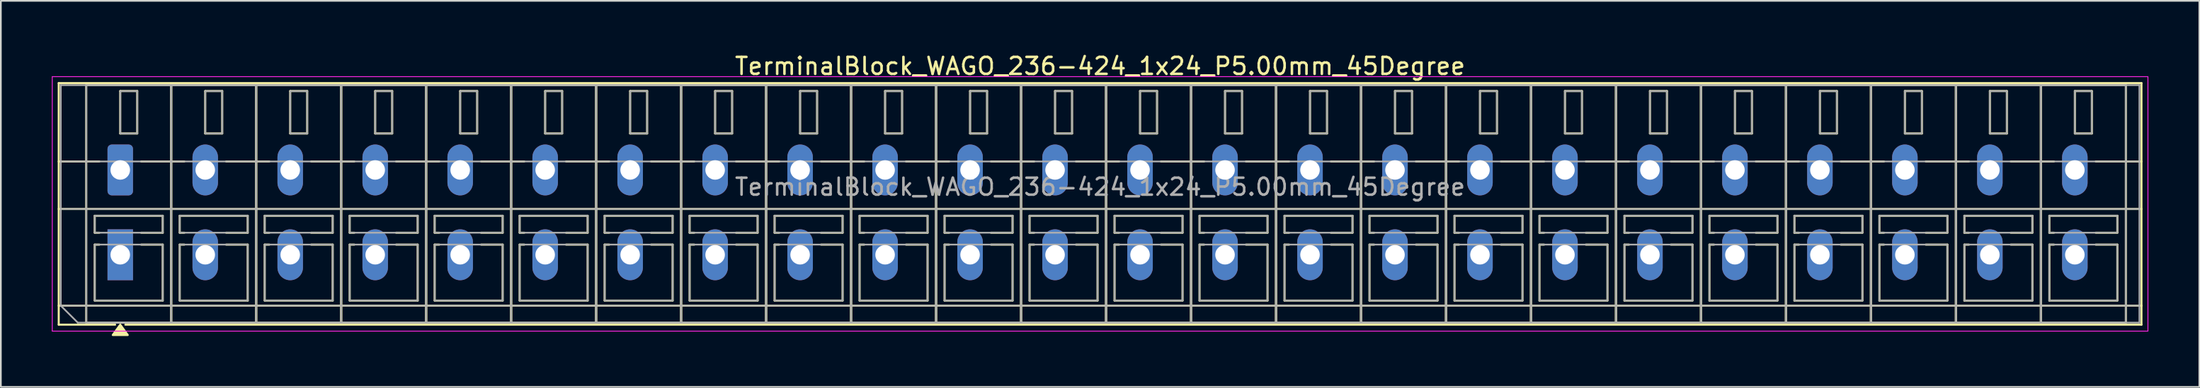
<source format=kicad_pcb>
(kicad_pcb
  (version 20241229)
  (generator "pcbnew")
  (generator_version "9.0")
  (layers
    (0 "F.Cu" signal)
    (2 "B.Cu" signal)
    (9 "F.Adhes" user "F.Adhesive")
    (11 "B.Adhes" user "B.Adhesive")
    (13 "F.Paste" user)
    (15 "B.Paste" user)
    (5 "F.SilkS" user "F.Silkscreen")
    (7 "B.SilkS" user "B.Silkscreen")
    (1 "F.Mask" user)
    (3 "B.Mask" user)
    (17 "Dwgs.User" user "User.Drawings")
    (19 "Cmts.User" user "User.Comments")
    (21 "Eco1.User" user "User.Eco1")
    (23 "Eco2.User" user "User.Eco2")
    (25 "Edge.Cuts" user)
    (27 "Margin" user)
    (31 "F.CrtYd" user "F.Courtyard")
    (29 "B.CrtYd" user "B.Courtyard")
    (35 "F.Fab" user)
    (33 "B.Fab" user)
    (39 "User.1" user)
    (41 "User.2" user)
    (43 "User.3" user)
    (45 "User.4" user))
  (footprint "TerminalBlock_WAGO_236-424_1x24_P5.00mm_45Degree"
    (layer "F.Cu")
    (at 4.025 6.968)
    (property "Reference" "TerminalBlock_WAGO_236-424_1x24_P5.00mm_45Degree" (at 57.65 -6.12 0) (layer "F.SilkS") (effects (font (size 1 1) (thickness 0.15))))
    (attr through_hole)
    (fp_line (start -3.62 -5.12) (end 118.92 -5.12) (stroke (width 0.12) (type solid)) (layer "F.SilkS"))
    (fp_line (start -3.62 -0.5) (end -1.23 -0.5) (stroke (width 0.12) (type solid)) (layer "F.SilkS"))
    (fp_line (start -3.62 2.3) (end 118.92 2.3) (stroke (width 0.12) (type solid)) (layer "F.SilkS"))
    (fp_line (start -3.62 8) (end 118.92 8) (stroke (width 0.12) (type solid)) (layer "F.SilkS"))
    (fp_line (start -3.62 9.12) (end -3.62 -5.12) (stroke (width 0.12) (type solid)) (layer "F.SilkS"))
    (fp_line (start -2 -5) (end 3 -5) (stroke (width 0.12) (type solid)) (layer "F.SilkS"))
    (fp_line (start -2 9) (end -2 -5) (stroke (width 0.12) (type solid)) (layer "F.SilkS"))
    (fp_line (start -1.5 2.7) (end 2.5 2.7) (stroke (width 0.12) (type solid)) (layer "F.SilkS"))
    (fp_line (start -1.5 3.7) (end -1.5 2.7) (stroke (width 0.12) (type solid)) (layer "F.SilkS"))
    (fp_line (start -1.5 4.4) (end -1.23 4.4) (stroke (width 0.12) (type solid)) (layer "F.SilkS"))
    (fp_line (start -1.5 7.7) (end -1.5 4.4) (stroke (width 0.12) (type solid)) (layer "F.SilkS"))
    (fp_line (start -1.23 3.7) (end -1.5 3.7) (stroke (width 0.12) (type solid)) (layer "F.SilkS"))
    (fp_line (start -0.3 9.12) (end -3.62 9.12) (stroke (width 0.12) (type solid)) (layer "F.SilkS"))
    (fp_line (start 0 -4.65) (end 1 -4.65) (stroke (width 0.12) (type solid)) (layer "F.SilkS"))
    (fp_line (start 0 -2.15) (end 0 -4.65) (stroke (width 0.12) (type solid)) (layer "F.SilkS"))
    (fp_line (start 1 -4.65) (end 1 -2.15) (stroke (width 0.12) (type solid)) (layer "F.SilkS"))
    (fp_line (start 1 -2.15) (end 0 -2.15) (stroke (width 0.12) (type solid)) (layer "F.SilkS"))
    (fp_line (start 1.23 -0.5) (end 3.77 -0.5) (stroke (width 0.12) (type solid)) (layer "F.SilkS"))
    (fp_line (start 1.23 4.4) (end 2.5 4.4) (stroke (width 0.12) (type solid)) (layer "F.SilkS"))
    (fp_line (start 2.5 2.7) (end 2.5 3.7) (stroke (width 0.12) (type solid)) (layer "F.SilkS"))
    (fp_line (start 2.5 3.7) (end 1.23 3.7) (stroke (width 0.12) (type solid)) (layer "F.SilkS"))
    (fp_line (start 2.5 4.4) (end 2.5 7.7) (stroke (width 0.12) (type solid)) (layer "F.SilkS"))
    (fp_line (start 2.5 7.7) (end -1.5 7.7) (stroke (width 0.12) (type solid)) (layer "F.SilkS"))
    (fp_line (start 3 -5) (end 3 9) (stroke (width 0.12) (type solid)) (layer "F.SilkS"))
    (fp_line (start 3 -5) (end 8 -5) (stroke (width 0.12) (type solid)) (layer "F.SilkS"))
    (fp_line (start 3 9) (end -2 9) (stroke (width 0.12) (type solid)) (layer "F.SilkS"))
    (fp_line (start 3 9) (end 3 -5) (stroke (width 0.12) (type solid)) (layer "F.SilkS"))
    (fp_line (start 3.5 2.7) (end 7.5 2.7) (stroke (width 0.12) (type solid)) (layer "F.SilkS"))
    (fp_line (start 3.5 3.7) (end 3.5 2.7) (stroke (width 0.12) (type solid)) (layer "F.SilkS"))
    (fp_line (start 3.5 4.4) (end 3.77 4.4) (stroke (width 0.12) (type solid)) (layer "F.SilkS"))
    (fp_line (start 3.5 7.7) (end 3.5 4.4) (stroke (width 0.12) (type solid)) (layer "F.SilkS"))
    (fp_line (start 3.77 3.7) (end 3.5 3.7) (stroke (width 0.12) (type solid)) (layer "F.SilkS"))
    (fp_line (start 5 -4.65) (end 6 -4.65) (stroke (width 0.12) (type solid)) (layer "F.SilkS"))
    (fp_line (start 5 -2.15) (end 5 -4.65) (stroke (width 0.12) (type solid)) (layer "F.SilkS"))
    (fp_line (start 6 -4.65) (end 6 -2.15) (stroke (width 0.12) (type solid)) (layer "F.SilkS"))
    (fp_line (start 6 -2.15) (end 5 -2.15) (stroke (width 0.12) (type solid)) (layer "F.SilkS"))
    (fp_line (start 6.23 -0.5) (end 8.77 -0.5) (stroke (width 0.12) (type solid)) (layer "F.SilkS"))
    (fp_line (start 6.23 4.4) (end 7.5 4.4) (stroke (width 0.12) (type solid)) (layer "F.SilkS"))
    (fp_line (start 7.5 2.7) (end 7.5 3.7) (stroke (width 0.12) (type solid)) (layer "F.SilkS"))
    (fp_line (start 7.5 3.7) (end 6.23 3.7) (stroke (width 0.12) (type solid)) (layer "F.SilkS"))
    (fp_line (start 7.5 4.4) (end 7.5 7.7) (stroke (width 0.12) (type solid)) (layer "F.SilkS"))
    (fp_line (start 7.5 7.7) (end 3.5 7.7) (stroke (width 0.12) (type solid)) (layer "F.SilkS"))
    (fp_line (start 8 -5) (end 8 9) (stroke (width 0.12) (type solid)) (layer "F.SilkS"))
    (fp_line (start 8 -5) (end 13 -5) (stroke (width 0.12) (type solid)) (layer "F.SilkS"))
    (fp_line (start 8 9) (end 3 9) (stroke (width 0.12) (type solid)) (layer "F.SilkS"))
    (fp_line (start 8 9) (end 8 -5) (stroke (width 0.12) (type solid)) (layer "F.SilkS"))
    (fp_line (start 8.5 2.7) (end 12.5 2.7) (stroke (width 0.12) (type solid)) (layer "F.SilkS"))
    (fp_line (start 8.5 3.7) (end 8.5 2.7) (stroke (width 0.12) (type solid)) (layer "F.SilkS"))
    (fp_line (start 8.5 4.4) (end 8.77 4.4) (stroke (width 0.12) (type solid)) (layer "F.SilkS"))
    (fp_line (start 8.5 7.7) (end 8.5 4.4) (stroke (width 0.12) (type solid)) (layer "F.SilkS"))
    (fp_line (start 8.77 3.7) (end 8.5 3.7) (stroke (width 0.12) (type solid)) (layer "F.SilkS"))
    (fp_line (start 10 -4.65) (end 11 -4.65) (stroke (width 0.12) (type solid)) (layer "F.SilkS"))
    (fp_line (start 10 -2.15) (end 10 -4.65) (stroke (width 0.12) (type solid)) (layer "F.SilkS"))
    (fp_line (start 11 -4.65) (end 11 -2.15) (stroke (width 0.12) (type solid)) (layer "F.SilkS"))
    (fp_line (start 11 -2.15) (end 10 -2.15) (stroke (width 0.12) (type solid)) (layer "F.SilkS"))
    (fp_line (start 11.23 -0.5) (end 13.77 -0.5) (stroke (width 0.12) (type solid)) (layer "F.SilkS"))
    (fp_line (start 11.23 4.4) (end 12.5 4.4) (stroke (width 0.12) (type solid)) (layer "F.SilkS"))
    (fp_line (start 12.5 2.7) (end 12.5 3.7) (stroke (width 0.12) (type solid)) (layer "F.SilkS"))
    (fp_line (start 12.5 3.7) (end 11.23 3.7) (stroke (width 0.12) (type solid)) (layer "F.SilkS"))
    (fp_line (start 12.5 4.4) (end 12.5 7.7) (stroke (width 0.12) (type solid)) (layer "F.SilkS"))
    (fp_line (start 12.5 7.7) (end 8.5 7.7) (stroke (width 0.12) (type solid)) (layer "F.SilkS"))
    (fp_line (start 13 -5) (end 13 9) (stroke (width 0.12) (type solid)) (layer "F.SilkS"))
    (fp_line (start 13 -5) (end 18 -5) (stroke (width 0.12) (type solid)) (layer "F.SilkS"))
    (fp_line (start 13 9) (end 8 9) (stroke (width 0.12) (type solid)) (layer "F.SilkS"))
    (fp_line (start 13 9) (end 13 -5) (stroke (width 0.12) (type solid)) (layer "F.SilkS"))
    (fp_line (start 13.5 2.7) (end 17.5 2.7) (stroke (width 0.12) (type solid)) (layer "F.SilkS"))
    (fp_line (start 13.5 3.7) (end 13.5 2.7) (stroke (width 0.12) (type solid)) (layer "F.SilkS"))
    (fp_line (start 13.5 4.4) (end 13.77 4.4) (stroke (width 0.12) (type solid)) (layer "F.SilkS"))
    (fp_line (start 13.5 7.7) (end 13.5 4.4) (stroke (width 0.12) (type solid)) (layer "F.SilkS"))
    (fp_line (start 13.77 3.7) (end 13.5 3.7) (stroke (width 0.12) (type solid)) (layer "F.SilkS"))
    (fp_line (start 15 -4.65) (end 16 -4.65) (stroke (width 0.12) (type solid)) (layer "F.SilkS"))
    (fp_line (start 15 -2.15) (end 15 -4.65) (stroke (width 0.12) (type solid)) (layer "F.SilkS"))
    (fp_line (start 16 -4.65) (end 16 -2.15) (stroke (width 0.12) (type solid)) (layer "F.SilkS"))
    (fp_line (start 16 -2.15) (end 15 -2.15) (stroke (width 0.12) (type solid)) (layer "F.SilkS"))
    (fp_line (start 16.23 -0.5) (end 18.77 -0.5) (stroke (width 0.12) (type solid)) (layer "F.SilkS"))
    (fp_line (start 16.23 4.4) (end 17.5 4.4) (stroke (width 0.12) (type solid)) (layer "F.SilkS"))
    (fp_line (start 17.5 2.7) (end 17.5 3.7) (stroke (width 0.12) (type solid)) (layer "F.SilkS"))
    (fp_line (start 17.5 3.7) (end 16.23 3.7) (stroke (width 0.12) (type solid)) (layer "F.SilkS"))
    (fp_line (start 17.5 4.4) (end 17.5 7.7) (stroke (width 0.12) (type solid)) (layer "F.SilkS"))
    (fp_line (start 17.5 7.7) (end 13.5 7.7) (stroke (width 0.12) (type solid)) (layer "F.SilkS"))
    (fp_line (start 18 -5) (end 18 9) (stroke (width 0.12) (type solid)) (layer "F.SilkS"))
    (fp_line (start 18 -5) (end 23 -5) (stroke (width 0.12) (type solid)) (layer "F.SilkS"))
    (fp_line (start 18 9) (end 13 9) (stroke (width 0.12) (type solid)) (layer "F.SilkS"))
    (fp_line (start 18 9) (end 18 -5) (stroke (width 0.12) (type solid)) (layer "F.SilkS"))
    (fp_line (start 18.5 2.7) (end 22.5 2.7) (stroke (width 0.12) (type solid)) (layer "F.SilkS"))
    (fp_line (start 18.5 3.7) (end 18.5 2.7) (stroke (width 0.12) (type solid)) (layer "F.SilkS"))
    (fp_line (start 18.5 4.4) (end 18.77 4.4) (stroke (width 0.12) (type solid)) (layer "F.SilkS"))
    (fp_line (start 18.5 7.7) (end 18.5 4.4) (stroke (width 0.12) (type solid)) (layer "F.SilkS"))
    (fp_line (start 18.77 3.7) (end 18.5 3.7) (stroke (width 0.12) (type solid)) (layer "F.SilkS"))
    (fp_line (start 20 -4.65) (end 21 -4.65) (stroke (width 0.12) (type solid)) (layer "F.SilkS"))
    (fp_line (start 20 -2.15) (end 20 -4.65) (stroke (width 0.12) (type solid)) (layer "F.SilkS"))
    (fp_line (start 21 -4.65) (end 21 -2.15) (stroke (width 0.12) (type solid)) (layer "F.SilkS"))
    (fp_line (start 21 -2.15) (end 20 -2.15) (stroke (width 0.12) (type solid)) (layer "F.SilkS"))
    (fp_line (start 21.23 -0.5) (end 23.77 -0.5) (stroke (width 0.12) (type solid)) (layer "F.SilkS"))
    (fp_line (start 21.23 4.4) (end 22.5 4.4) (stroke (width 0.12) (type solid)) (layer "F.SilkS"))
    (fp_line (start 22.5 2.7) (end 22.5 3.7) (stroke (width 0.12) (type solid)) (layer "F.SilkS"))
    (fp_line (start 22.5 3.7) (end 21.23 3.7) (stroke (width 0.12) (type solid)) (layer "F.SilkS"))
    (fp_line (start 22.5 4.4) (end 22.5 7.7) (stroke (width 0.12) (type solid)) (layer "F.SilkS"))
    (fp_line (start 22.5 7.7) (end 18.5 7.7) (stroke (width 0.12) (type solid)) (layer "F.SilkS"))
    (fp_line (start 23 -5) (end 23 9) (stroke (width 0.12) (type solid)) (layer "F.SilkS"))
    (fp_line (start 23 -5) (end 28 -5) (stroke (width 0.12) (type solid)) (layer "F.SilkS"))
    (fp_line (start 23 9) (end 18 9) (stroke (width 0.12) (type solid)) (layer "F.SilkS"))
    (fp_line (start 23 9) (end 23 -5) (stroke (width 0.12) (type solid)) (layer "F.SilkS"))
    (fp_line (start 23.5 2.7) (end 27.5 2.7) (stroke (width 0.12) (type solid)) (layer "F.SilkS"))
    (fp_line (start 23.5 3.7) (end 23.5 2.7) (stroke (width 0.12) (type solid)) (layer "F.SilkS"))
    (fp_line (start 23.5 4.4) (end 23.77 4.4) (stroke (width 0.12) (type solid)) (layer "F.SilkS"))
    (fp_line (start 23.5 7.7) (end 23.5 4.4) (stroke (width 0.12) (type solid)) (layer "F.SilkS"))
    (fp_line (start 23.77 3.7) (end 23.5 3.7) (stroke (width 0.12) (type solid)) (layer "F.SilkS"))
    (fp_line (start 25 -4.65) (end 26 -4.65) (stroke (width 0.12) (type solid)) (layer "F.SilkS"))
    (fp_line (start 25 -2.15) (end 25 -4.65) (stroke (width 0.12) (type solid)) (layer "F.SilkS"))
    (fp_line (start 26 -4.65) (end 26 -2.15) (stroke (width 0.12) (type solid)) (layer "F.SilkS"))
    (fp_line (start 26 -2.15) (end 25 -2.15) (stroke (width 0.12) (type solid)) (layer "F.SilkS"))
    (fp_line (start 26.23 -0.5) (end 28.77 -0.5) (stroke (width 0.12) (type solid)) (layer "F.SilkS"))
    (fp_line (start 26.23 4.4) (end 27.5 4.4) (stroke (width 0.12) (type solid)) (layer "F.SilkS"))
    (fp_line (start 27.5 2.7) (end 27.5 3.7) (stroke (width 0.12) (type solid)) (layer "F.SilkS"))
    (fp_line (start 27.5 3.7) (end 26.23 3.7) (stroke (width 0.12) (type solid)) (layer "F.SilkS"))
    (fp_line (start 27.5 4.4) (end 27.5 7.7) (stroke (width 0.12) (type solid)) (layer "F.SilkS"))
    (fp_line (start 27.5 7.7) (end 23.5 7.7) (stroke (width 0.12) (type solid)) (layer "F.SilkS"))
    (fp_line (start 28 -5) (end 28 9) (stroke (width 0.12) (type solid)) (layer "F.SilkS"))
    (fp_line (start 28 -5) (end 33 -5) (stroke (width 0.12) (type solid)) (layer "F.SilkS"))
    (fp_line (start 28 9) (end 23 9) (stroke (width 0.12) (type solid)) (layer "F.SilkS"))
    (fp_line (start 28 9) (end 28 -5) (stroke (width 0.12) (type solid)) (layer "F.SilkS"))
    (fp_line (start 28.5 2.7) (end 32.5 2.7) (stroke (width 0.12) (type solid)) (layer "F.SilkS"))
    (fp_line (start 28.5 3.7) (end 28.5 2.7) (stroke (width 0.12) (type solid)) (layer "F.SilkS"))
    (fp_line (start 28.5 4.4) (end 28.77 4.4) (stroke (width 0.12) (type solid)) (layer "F.SilkS"))
    (fp_line (start 28.5 7.7) (end 28.5 4.4) (stroke (width 0.12) (type solid)) (layer "F.SilkS"))
    (fp_line (start 28.77 3.7) (end 28.5 3.7) (stroke (width 0.12) (type solid)) (layer "F.SilkS"))
    (fp_line (start 30 -4.65) (end 31 -4.65) (stroke (width 0.12) (type solid)) (layer "F.SilkS"))
    (fp_line (start 30 -2.15) (end 30 -4.65) (stroke (width 0.12) (type solid)) (layer "F.SilkS"))
    (fp_line (start 31 -4.65) (end 31 -2.15) (stroke (width 0.12) (type solid)) (layer "F.SilkS"))
    (fp_line (start 31 -2.15) (end 30 -2.15) (stroke (width 0.12) (type solid)) (layer "F.SilkS"))
    (fp_line (start 31.23 -0.5) (end 33.77 -0.5) (stroke (width 0.12) (type solid)) (layer "F.SilkS"))
    (fp_line (start 31.23 4.4) (end 32.5 4.4) (stroke (width 0.12) (type solid)) (layer "F.SilkS"))
    (fp_line (start 32.5 2.7) (end 32.5 3.7) (stroke (width 0.12) (type solid)) (layer "F.SilkS"))
    (fp_line (start 32.5 3.7) (end 31.23 3.7) (stroke (width 0.12) (type solid)) (layer "F.SilkS"))
    (fp_line (start 32.5 4.4) (end 32.5 7.7) (stroke (width 0.12) (type solid)) (layer "F.SilkS"))
    (fp_line (start 32.5 7.7) (end 28.5 7.7) (stroke (width 0.12) (type solid)) (layer "F.SilkS"))
    (fp_line (start 33 -5) (end 33 9) (stroke (width 0.12) (type solid)) (layer "F.SilkS"))
    (fp_line (start 33 -5) (end 38 -5) (stroke (width 0.12) (type solid)) (layer "F.SilkS"))
    (fp_line (start 33 9) (end 28 9) (stroke (width 0.12) (type solid)) (layer "F.SilkS"))
    (fp_line (start 33 9) (end 33 -5) (stroke (width 0.12) (type solid)) (layer "F.SilkS"))
    (fp_line (start 33.5 2.7) (end 37.5 2.7) (stroke (width 0.12) (type solid)) (layer "F.SilkS"))
    (fp_line (start 33.5 3.7) (end 33.5 2.7) (stroke (width 0.12) (type solid)) (layer "F.SilkS"))
    (fp_line (start 33.5 4.4) (end 33.77 4.4) (stroke (width 0.12) (type solid)) (layer "F.SilkS"))
    (fp_line (start 33.5 7.7) (end 33.5 4.4) (stroke (width 0.12) (type solid)) (layer "F.SilkS"))
    (fp_line (start 33.77 3.7) (end 33.5 3.7) (stroke (width 0.12) (type solid)) (layer "F.SilkS"))
    (fp_line (start 35 -4.65) (end 36 -4.65) (stroke (width 0.12) (type solid)) (layer "F.SilkS"))
    (fp_line (start 35 -2.15) (end 35 -4.65) (stroke (width 0.12) (type solid)) (layer "F.SilkS"))
    (fp_line (start 36 -4.65) (end 36 -2.15) (stroke (width 0.12) (type solid)) (layer "F.SilkS"))
    (fp_line (start 36 -2.15) (end 35 -2.15) (stroke (width 0.12) (type solid)) (layer "F.SilkS"))
    (fp_line (start 36.23 -0.5) (end 38.77 -0.5) (stroke (width 0.12) (type solid)) (layer "F.SilkS"))
    (fp_line (start 36.23 4.4) (end 37.5 4.4) (stroke (width 0.12) (type solid)) (layer "F.SilkS"))
    (fp_line (start 37.5 2.7) (end 37.5 3.7) (stroke (width 0.12) (type solid)) (layer "F.SilkS"))
    (fp_line (start 37.5 3.7) (end 36.23 3.7) (stroke (width 0.12) (type solid)) (layer "F.SilkS"))
    (fp_line (start 37.5 4.4) (end 37.5 7.7) (stroke (width 0.12) (type solid)) (layer "F.SilkS"))
    (fp_line (start 37.5 7.7) (end 33.5 7.7) (stroke (width 0.12) (type solid)) (layer "F.SilkS"))
    (fp_line (start 38 -5) (end 38 9) (stroke (width 0.12) (type solid)) (layer "F.SilkS"))
    (fp_line (start 38 -5) (end 43 -5) (stroke (width 0.12) (type solid)) (layer "F.SilkS"))
    (fp_line (start 38 9) (end 33 9) (stroke (width 0.12) (type solid)) (layer "F.SilkS"))
    (fp_line (start 38 9) (end 38 -5) (stroke (width 0.12) (type solid)) (layer "F.SilkS"))
    (fp_line (start 38.5 2.7) (end 42.5 2.7) (stroke (width 0.12) (type solid)) (layer "F.SilkS"))
    (fp_line (start 38.5 3.7) (end 38.5 2.7) (stroke (width 0.12) (type solid)) (layer "F.SilkS"))
    (fp_line (start 38.5 4.4) (end 38.77 4.4) (stroke (width 0.12) (type solid)) (layer "F.SilkS"))
    (fp_line (start 38.5 7.7) (end 38.5 4.4) (stroke (width 0.12) (type solid)) (layer "F.SilkS"))
    (fp_line (start 38.77 3.7) (end 38.5 3.7) (stroke (width 0.12) (type solid)) (layer "F.SilkS"))
    (fp_line (start 40 -4.65) (end 41 -4.65) (stroke (width 0.12) (type solid)) (layer "F.SilkS"))
    (fp_line (start 40 -2.15) (end 40 -4.65) (stroke (width 0.12) (type solid)) (layer "F.SilkS"))
    (fp_line (start 41 -4.65) (end 41 -2.15) (stroke (width 0.12) (type solid)) (layer "F.SilkS"))
    (fp_line (start 41 -2.15) (end 40 -2.15) (stroke (width 0.12) (type solid)) (layer "F.SilkS"))
    (fp_line (start 41.23 -0.5) (end 43.77 -0.5) (stroke (width 0.12) (type solid)) (layer "F.SilkS"))
    (fp_line (start 41.23 4.4) (end 42.5 4.4) (stroke (width 0.12) (type solid)) (layer "F.SilkS"))
    (fp_line (start 42.5 2.7) (end 42.5 3.7) (stroke (width 0.12) (type solid)) (layer "F.SilkS"))
    (fp_line (start 42.5 3.7) (end 41.23 3.7) (stroke (width 0.12) (type solid)) (layer "F.SilkS"))
    (fp_line (start 42.5 4.4) (end 42.5 7.7) (stroke (width 0.12) (type solid)) (layer "F.SilkS"))
    (fp_line (start 42.5 7.7) (end 38.5 7.7) (stroke (width 0.12) (type solid)) (layer "F.SilkS"))
    (fp_line (start 43 -5) (end 43 9) (stroke (width 0.12) (type solid)) (layer "F.SilkS"))
    (fp_line (start 43 -5) (end 48 -5) (stroke (width 0.12) (type solid)) (layer "F.SilkS"))
    (fp_line (start 43 9) (end 38 9) (stroke (width 0.12) (type solid)) (layer "F.SilkS"))
    (fp_line (start 43 9) (end 43 -5) (stroke (width 0.12) (type solid)) (layer "F.SilkS"))
    (fp_line (start 43.5 2.7) (end 47.5 2.7) (stroke (width 0.12) (type solid)) (layer "F.SilkS"))
    (fp_line (start 43.5 3.7) (end 43.5 2.7) (stroke (width 0.12) (type solid)) (layer "F.SilkS"))
    (fp_line (start 43.5 4.4) (end 43.77 4.4) (stroke (width 0.12) (type solid)) (layer "F.SilkS"))
    (fp_line (start 43.5 7.7) (end 43.5 4.4) (stroke (width 0.12) (type solid)) (layer "F.SilkS"))
    (fp_line (start 43.77 3.7) (end 43.5 3.7) (stroke (width 0.12) (type solid)) (layer "F.SilkS"))
    (fp_line (start 45 -4.65) (end 46 -4.65) (stroke (width 0.12) (type solid)) (layer "F.SilkS"))
    (fp_line (start 45 -2.15) (end 45 -4.65) (stroke (width 0.12) (type solid)) (layer "F.SilkS"))
    (fp_line (start 46 -4.65) (end 46 -2.15) (stroke (width 0.12) (type solid)) (layer "F.SilkS"))
    (fp_line (start 46 -2.15) (end 45 -2.15) (stroke (width 0.12) (type solid)) (layer "F.SilkS"))
    (fp_line (start 46.23 -0.5) (end 48.77 -0.5) (stroke (width 0.12) (type solid)) (layer "F.SilkS"))
    (fp_line (start 46.23 4.4) (end 47.5 4.4) (stroke (width 0.12) (type solid)) (layer "F.SilkS"))
    (fp_line (start 47.5 2.7) (end 47.5 3.7) (stroke (width 0.12) (type solid)) (layer "F.SilkS"))
    (fp_line (start 47.5 3.7) (end 46.23 3.7) (stroke (width 0.12) (type solid)) (layer "F.SilkS"))
    (fp_line (start 47.5 4.4) (end 47.5 7.7) (stroke (width 0.12) (type solid)) (layer "F.SilkS"))
    (fp_line (start 47.5 7.7) (end 43.5 7.7) (stroke (width 0.12) (type solid)) (layer "F.SilkS"))
    (fp_line (start 48 -5) (end 48 9) (stroke (width 0.12) (type solid)) (layer "F.SilkS"))
    (fp_line (start 48 -5) (end 53 -5) (stroke (width 0.12) (type solid)) (layer "F.SilkS"))
    (fp_line (start 48 9) (end 43 9) (stroke (width 0.12) (type solid)) (layer "F.SilkS"))
    (fp_line (start 48 9) (end 48 -5) (stroke (width 0.12) (type solid)) (layer "F.SilkS"))
    (fp_line (start 48.5 2.7) (end 52.5 2.7) (stroke (width 0.12) (type solid)) (layer "F.SilkS"))
    (fp_line (start 48.5 3.7) (end 48.5 2.7) (stroke (width 0.12) (type solid)) (layer "F.SilkS"))
    (fp_line (start 48.5 4.4) (end 48.77 4.4) (stroke (width 0.12) (type solid)) (layer "F.SilkS"))
    (fp_line (start 48.5 7.7) (end 48.5 4.4) (stroke (width 0.12) (type solid)) (layer "F.SilkS"))
    (fp_line (start 48.77 3.7) (end 48.5 3.7) (stroke (width 0.12) (type solid)) (layer "F.SilkS"))
    (fp_line (start 50 -4.65) (end 51 -4.65) (stroke (width 0.12) (type solid)) (layer "F.SilkS"))
    (fp_line (start 50 -2.15) (end 50 -4.65) (stroke (width 0.12) (type solid)) (layer "F.SilkS"))
    (fp_line (start 51 -4.65) (end 51 -2.15) (stroke (width 0.12) (type solid)) (layer "F.SilkS"))
    (fp_line (start 51 -2.15) (end 50 -2.15) (stroke (width 0.12) (type solid)) (layer "F.SilkS"))
    (fp_line (start 51.23 -0.5) (end 53.77 -0.5) (stroke (width 0.12) (type solid)) (layer "F.SilkS"))
    (fp_line (start 51.23 4.4) (end 52.5 4.4) (stroke (width 0.12) (type solid)) (layer "F.SilkS"))
    (fp_line (start 52.5 2.7) (end 52.5 3.7) (stroke (width 0.12) (type solid)) (layer "F.SilkS"))
    (fp_line (start 52.5 3.7) (end 51.23 3.7) (stroke (width 0.12) (type solid)) (layer "F.SilkS"))
    (fp_line (start 52.5 4.4) (end 52.5 7.7) (stroke (width 0.12) (type solid)) (layer "F.SilkS"))
    (fp_line (start 52.5 7.7) (end 48.5 7.7) (stroke (width 0.12) (type solid)) (layer "F.SilkS"))
    (fp_line (start 53 -5) (end 53 9) (stroke (width 0.12) (type solid)) (layer "F.SilkS"))
    (fp_line (start 53 -5) (end 58 -5) (stroke (width 0.12) (type solid)) (layer "F.SilkS"))
    (fp_line (start 53 9) (end 48 9) (stroke (width 0.12) (type solid)) (layer "F.SilkS"))
    (fp_line (start 53 9) (end 53 -5) (stroke (width 0.12) (type solid)) (layer "F.SilkS"))
    (fp_line (start 53.5 2.7) (end 57.5 2.7) (stroke (width 0.12) (type solid)) (layer "F.SilkS"))
    (fp_line (start 53.5 3.7) (end 53.5 2.7) (stroke (width 0.12) (type solid)) (layer "F.SilkS"))
    (fp_line (start 53.5 4.4) (end 53.77 4.4) (stroke (width 0.12) (type solid)) (layer "F.SilkS"))
    (fp_line (start 53.5 7.7) (end 53.5 4.4) (stroke (width 0.12) (type solid)) (layer "F.SilkS"))
    (fp_line (start 53.77 3.7) (end 53.5 3.7) (stroke (width 0.12) (type solid)) (layer "F.SilkS"))
    (fp_line (start 55 -4.65) (end 56 -4.65) (stroke (width 0.12) (type solid)) (layer "F.SilkS"))
    (fp_line (start 55 -2.15) (end 55 -4.65) (stroke (width 0.12) (type solid)) (layer "F.SilkS"))
    (fp_line (start 56 -4.65) (end 56 -2.15) (stroke (width 0.12) (type solid)) (layer "F.SilkS"))
    (fp_line (start 56 -2.15) (end 55 -2.15) (stroke (width 0.12) (type solid)) (layer "F.SilkS"))
    (fp_line (start 56.23 -0.5) (end 58.77 -0.5) (stroke (width 0.12) (type solid)) (layer "F.SilkS"))
    (fp_line (start 56.23 4.4) (end 57.5 4.4) (stroke (width 0.12) (type solid)) (layer "F.SilkS"))
    (fp_line (start 57.5 2.7) (end 57.5 3.7) (stroke (width 0.12) (type solid)) (layer "F.SilkS"))
    (fp_line (start 57.5 3.7) (end 56.23 3.7) (stroke (width 0.12) (type solid)) (layer "F.SilkS"))
    (fp_line (start 57.5 4.4) (end 57.5 7.7) (stroke (width 0.12) (type solid)) (layer "F.SilkS"))
    (fp_line (start 57.5 7.7) (end 53.5 7.7) (stroke (width 0.12) (type solid)) (layer "F.SilkS"))
    (fp_line (start 58 -5) (end 58 9) (stroke (width 0.12) (type solid)) (layer "F.SilkS"))
    (fp_line (start 58 -5) (end 63 -5) (stroke (width 0.12) (type solid)) (layer "F.SilkS"))
    (fp_line (start 58 9) (end 53 9) (stroke (width 0.12) (type solid)) (layer "F.SilkS"))
    (fp_line (start 58 9) (end 58 -5) (stroke (width 0.12) (type solid)) (layer "F.SilkS"))
    (fp_line (start 58.5 2.7) (end 62.5 2.7) (stroke (width 0.12) (type solid)) (layer "F.SilkS"))
    (fp_line (start 58.5 3.7) (end 58.5 2.7) (stroke (width 0.12) (type solid)) (layer "F.SilkS"))
    (fp_line (start 58.5 4.4) (end 58.77 4.4) (stroke (width 0.12) (type solid)) (layer "F.SilkS"))
    (fp_line (start 58.5 7.7) (end 58.5 4.4) (stroke (width 0.12) (type solid)) (layer "F.SilkS"))
    (fp_line (start 58.77 3.7) (end 58.5 3.7) (stroke (width 0.12) (type solid)) (layer "F.SilkS"))
    (fp_line (start 60 -4.65) (end 61 -4.65) (stroke (width 0.12) (type solid)) (layer "F.SilkS"))
    (fp_line (start 60 -2.15) (end 60 -4.65) (stroke (width 0.12) (type solid)) (layer "F.SilkS"))
    (fp_line (start 61 -4.65) (end 61 -2.15) (stroke (width 0.12) (type solid)) (layer "F.SilkS"))
    (fp_line (start 61 -2.15) (end 60 -2.15) (stroke (width 0.12) (type solid)) (layer "F.SilkS"))
    (fp_line (start 61.23 -0.5) (end 63.77 -0.5) (stroke (width 0.12) (type solid)) (layer "F.SilkS"))
    (fp_line (start 61.23 4.4) (end 62.5 4.4) (stroke (width 0.12) (type solid)) (layer "F.SilkS"))
    (fp_line (start 62.5 2.7) (end 62.5 3.7) (stroke (width 0.12) (type solid)) (layer "F.SilkS"))
    (fp_line (start 62.5 3.7) (end 61.23 3.7) (stroke (width 0.12) (type solid)) (layer "F.SilkS"))
    (fp_line (start 62.5 4.4) (end 62.5 7.7) (stroke (width 0.12) (type solid)) (layer "F.SilkS"))
    (fp_line (start 62.5 7.7) (end 58.5 7.7) (stroke (width 0.12) (type solid)) (layer "F.SilkS"))
    (fp_line (start 63 -5) (end 63 9) (stroke (width 0.12) (type solid)) (layer "F.SilkS"))
    (fp_line (start 63 -5) (end 68 -5) (stroke (width 0.12) (type solid)) (layer "F.SilkS"))
    (fp_line (start 63 9) (end 58 9) (stroke (width 0.12) (type solid)) (layer "F.SilkS"))
    (fp_line (start 63 9) (end 63 -5) (stroke (width 0.12) (type solid)) (layer "F.SilkS"))
    (fp_line (start 63.5 2.7) (end 67.5 2.7) (stroke (width 0.12) (type solid)) (layer "F.SilkS"))
    (fp_line (start 63.5 3.7) (end 63.5 2.7) (stroke (width 0.12) (type solid)) (layer "F.SilkS"))
    (fp_line (start 63.5 4.4) (end 63.77 4.4) (stroke (width 0.12) (type solid)) (layer "F.SilkS"))
    (fp_line (start 63.5 7.7) (end 63.5 4.4) (stroke (width 0.12) (type solid)) (layer "F.SilkS"))
    (fp_line (start 63.77 3.7) (end 63.5 3.7) (stroke (width 0.12) (type solid)) (layer "F.SilkS"))
    (fp_line (start 65 -4.65) (end 66 -4.65) (stroke (width 0.12) (type solid)) (layer "F.SilkS"))
    (fp_line (start 65 -2.15) (end 65 -4.65) (stroke (width 0.12) (type solid)) (layer "F.SilkS"))
    (fp_line (start 66 -4.65) (end 66 -2.15) (stroke (width 0.12) (type solid)) (layer "F.SilkS"))
    (fp_line (start 66 -2.15) (end 65 -2.15) (stroke (width 0.12) (type solid)) (layer "F.SilkS"))
    (fp_line (start 66.23 -0.5) (end 68.77 -0.5) (stroke (width 0.12) (type solid)) (layer "F.SilkS"))
    (fp_line (start 66.23 4.4) (end 67.5 4.4) (stroke (width 0.12) (type solid)) (layer "F.SilkS"))
    (fp_line (start 67.5 2.7) (end 67.5 3.7) (stroke (width 0.12) (type solid)) (layer "F.SilkS"))
    (fp_line (start 67.5 3.7) (end 66.23 3.7) (stroke (width 0.12) (type solid)) (layer "F.SilkS"))
    (fp_line (start 67.5 4.4) (end 67.5 7.7) (stroke (width 0.12) (type solid)) (layer "F.SilkS"))
    (fp_line (start 67.5 7.7) (end 63.5 7.7) (stroke (width 0.12) (type solid)) (layer "F.SilkS"))
    (fp_line (start 68 -5) (end 68 9) (stroke (width 0.12) (type solid)) (layer "F.SilkS"))
    (fp_line (start 68 -5) (end 73 -5) (stroke (width 0.12) (type solid)) (layer "F.SilkS"))
    (fp_line (start 68 9) (end 63 9) (stroke (width 0.12) (type solid)) (layer "F.SilkS"))
    (fp_line (start 68 9) (end 68 -5) (stroke (width 0.12) (type solid)) (layer "F.SilkS"))
    (fp_line (start 68.5 2.7) (end 72.5 2.7) (stroke (width 0.12) (type solid)) (layer "F.SilkS"))
    (fp_line (start 68.5 3.7) (end 68.5 2.7) (stroke (width 0.12) (type solid)) (layer "F.SilkS"))
    (fp_line (start 68.5 4.4) (end 68.77 4.4) (stroke (width 0.12) (type solid)) (layer "F.SilkS"))
    (fp_line (start 68.5 7.7) (end 68.5 4.4) (stroke (width 0.12) (type solid)) (layer "F.SilkS"))
    (fp_line (start 68.77 3.7) (end 68.5 3.7) (stroke (width 0.12) (type solid)) (layer "F.SilkS"))
    (fp_line (start 70 -4.65) (end 71 -4.65) (stroke (width 0.12) (type solid)) (layer "F.SilkS"))
    (fp_line (start 70 -2.15) (end 70 -4.65) (stroke (width 0.12) (type solid)) (layer "F.SilkS"))
    (fp_line (start 71 -4.65) (end 71 -2.15) (stroke (width 0.12) (type solid)) (layer "F.SilkS"))
    (fp_line (start 71 -2.15) (end 70 -2.15) (stroke (width 0.12) (type solid)) (layer "F.SilkS"))
    (fp_line (start 71.23 -0.5) (end 73.77 -0.5) (stroke (width 0.12) (type solid)) (layer "F.SilkS"))
    (fp_line (start 71.23 4.4) (end 72.5 4.4) (stroke (width 0.12) (type solid)) (layer "F.SilkS"))
    (fp_line (start 72.5 2.7) (end 72.5 3.7) (stroke (width 0.12) (type solid)) (layer "F.SilkS"))
    (fp_line (start 72.5 3.7) (end 71.23 3.7) (stroke (width 0.12) (type solid)) (layer "F.SilkS"))
    (fp_line (start 72.5 4.4) (end 72.5 7.7) (stroke (width 0.12) (type solid)) (layer "F.SilkS"))
    (fp_line (start 72.5 7.7) (end 68.5 7.7) (stroke (width 0.12) (type solid)) (layer "F.SilkS"))
    (fp_line (start 73 -5) (end 73 9) (stroke (width 0.12) (type solid)) (layer "F.SilkS"))
    (fp_line (start 73 -5) (end 78 -5) (stroke (width 0.12) (type solid)) (layer "F.SilkS"))
    (fp_line (start 73 9) (end 68 9) (stroke (width 0.12) (type solid)) (layer "F.SilkS"))
    (fp_line (start 73 9) (end 73 -5) (stroke (width 0.12) (type solid)) (layer "F.SilkS"))
    (fp_line (start 73.5 2.7) (end 77.5 2.7) (stroke (width 0.12) (type solid)) (layer "F.SilkS"))
    (fp_line (start 73.5 3.7) (end 73.5 2.7) (stroke (width 0.12) (type solid)) (layer "F.SilkS"))
    (fp_line (start 73.5 4.4) (end 73.77 4.4) (stroke (width 0.12) (type solid)) (layer "F.SilkS"))
    (fp_line (start 73.5 7.7) (end 73.5 4.4) (stroke (width 0.12) (type solid)) (layer "F.SilkS"))
    (fp_line (start 73.77 3.7) (end 73.5 3.7) (stroke (width 0.12) (type solid)) (layer "F.SilkS"))
    (fp_line (start 75 -4.65) (end 76 -4.65) (stroke (width 0.12) (type solid)) (layer "F.SilkS"))
    (fp_line (start 75 -2.15) (end 75 -4.65) (stroke (width 0.12) (type solid)) (layer "F.SilkS"))
    (fp_line (start 76 -4.65) (end 76 -2.15) (stroke (width 0.12) (type solid)) (layer "F.SilkS"))
    (fp_line (start 76 -2.15) (end 75 -2.15) (stroke (width 0.12) (type solid)) (layer "F.SilkS"))
    (fp_line (start 76.23 -0.5) (end 78.77 -0.5) (stroke (width 0.12) (type solid)) (layer "F.SilkS"))
    (fp_line (start 76.23 4.4) (end 77.5 4.4) (stroke (width 0.12) (type solid)) (layer "F.SilkS"))
    (fp_line (start 77.5 2.7) (end 77.5 3.7) (stroke (width 0.12) (type solid)) (layer "F.SilkS"))
    (fp_line (start 77.5 3.7) (end 76.23 3.7) (stroke (width 0.12) (type solid)) (layer "F.SilkS"))
    (fp_line (start 77.5 4.4) (end 77.5 7.7) (stroke (width 0.12) (type solid)) (layer "F.SilkS"))
    (fp_line (start 77.5 7.7) (end 73.5 7.7) (stroke (width 0.12) (type solid)) (layer "F.SilkS"))
    (fp_line (start 78 -5) (end 78 9) (stroke (width 0.12) (type solid)) (layer "F.SilkS"))
    (fp_line (start 78 -5) (end 83 -5) (stroke (width 0.12) (type solid)) (layer "F.SilkS"))
    (fp_line (start 78 9) (end 73 9) (stroke (width 0.12) (type solid)) (layer "F.SilkS"))
    (fp_line (start 78 9) (end 78 -5) (stroke (width 0.12) (type solid)) (layer "F.SilkS"))
    (fp_line (start 78.5 2.7) (end 82.5 2.7) (stroke (width 0.12) (type solid)) (layer "F.SilkS"))
    (fp_line (start 78.5 3.7) (end 78.5 2.7) (stroke (width 0.12) (type solid)) (layer "F.SilkS"))
    (fp_line (start 78.5 4.4) (end 78.77 4.4) (stroke (width 0.12) (type solid)) (layer "F.SilkS"))
    (fp_line (start 78.5 7.7) (end 78.5 4.4) (stroke (width 0.12) (type solid)) (layer "F.SilkS"))
    (fp_line (start 78.77 3.7) (end 78.5 3.7) (stroke (width 0.12) (type solid)) (layer "F.SilkS"))
    (fp_line (start 80 -4.65) (end 81 -4.65) (stroke (width 0.12) (type solid)) (layer "F.SilkS"))
    (fp_line (start 80 -2.15) (end 80 -4.65) (stroke (width 0.12) (type solid)) (layer "F.SilkS"))
    (fp_line (start 81 -4.65) (end 81 -2.15) (stroke (width 0.12) (type solid)) (layer "F.SilkS"))
    (fp_line (start 81 -2.15) (end 80 -2.15) (stroke (width 0.12) (type solid)) (layer "F.SilkS"))
    (fp_line (start 81.23 -0.5) (end 83.77 -0.5) (stroke (width 0.12) (type solid)) (layer "F.SilkS"))
    (fp_line (start 81.23 4.4) (end 82.5 4.4) (stroke (width 0.12) (type solid)) (layer "F.SilkS"))
    (fp_line (start 82.5 2.7) (end 82.5 3.7) (stroke (width 0.12) (type solid)) (layer "F.SilkS"))
    (fp_line (start 82.5 3.7) (end 81.23 3.7) (stroke (width 0.12) (type solid)) (layer "F.SilkS"))
    (fp_line (start 82.5 4.4) (end 82.5 7.7) (stroke (width 0.12) (type solid)) (layer "F.SilkS"))
    (fp_line (start 82.5 7.7) (end 78.5 7.7) (stroke (width 0.12) (type solid)) (layer "F.SilkS"))
    (fp_line (start 83 -5) (end 83 9) (stroke (width 0.12) (type solid)) (layer "F.SilkS"))
    (fp_line (start 83 -5) (end 88 -5) (stroke (width 0.12) (type solid)) (layer "F.SilkS"))
    (fp_line (start 83 9) (end 78 9) (stroke (width 0.12) (type solid)) (layer "F.SilkS"))
    (fp_line (start 83 9) (end 83 -5) (stroke (width 0.12) (type solid)) (layer "F.SilkS"))
    (fp_line (start 83.5 2.7) (end 87.5 2.7) (stroke (width 0.12) (type solid)) (layer "F.SilkS"))
    (fp_line (start 83.5 3.7) (end 83.5 2.7) (stroke (width 0.12) (type solid)) (layer "F.SilkS"))
    (fp_line (start 83.5 4.4) (end 83.77 4.4) (stroke (width 0.12) (type solid)) (layer "F.SilkS"))
    (fp_line (start 83.5 7.7) (end 83.5 4.4) (stroke (width 0.12) (type solid)) (layer "F.SilkS"))
    (fp_line (start 83.77 3.7) (end 83.5 3.7) (stroke (width 0.12) (type solid)) (layer "F.SilkS"))
    (fp_line (start 85 -4.65) (end 86 -4.65) (stroke (width 0.12) (type solid)) (layer "F.SilkS"))
    (fp_line (start 85 -2.15) (end 85 -4.65) (stroke (width 0.12) (type solid)) (layer "F.SilkS"))
    (fp_line (start 86 -4.65) (end 86 -2.15) (stroke (width 0.12) (type solid)) (layer "F.SilkS"))
    (fp_line (start 86 -2.15) (end 85 -2.15) (stroke (width 0.12) (type solid)) (layer "F.SilkS"))
    (fp_line (start 86.23 -0.5) (end 88.77 -0.5) (stroke (width 0.12) (type solid)) (layer "F.SilkS"))
    (fp_line (start 86.23 4.4) (end 87.5 4.4) (stroke (width 0.12) (type solid)) (layer "F.SilkS"))
    (fp_line (start 87.5 2.7) (end 87.5 3.7) (stroke (width 0.12) (type solid)) (layer "F.SilkS"))
    (fp_line (start 87.5 3.7) (end 86.23 3.7) (stroke (width 0.12) (type solid)) (layer "F.SilkS"))
    (fp_line (start 87.5 4.4) (end 87.5 7.7) (stroke (width 0.12) (type solid)) (layer "F.SilkS"))
    (fp_line (start 87.5 7.7) (end 83.5 7.7) (stroke (width 0.12) (type solid)) (layer "F.SilkS"))
    (fp_line (start 88 -5) (end 88 9) (stroke (width 0.12) (type solid)) (layer "F.SilkS"))
    (fp_line (start 88 -5) (end 93 -5) (stroke (width 0.12) (type solid)) (layer "F.SilkS"))
    (fp_line (start 88 9) (end 83 9) (stroke (width 0.12) (type solid)) (layer "F.SilkS"))
    (fp_line (start 88 9) (end 88 -5) (stroke (width 0.12) (type solid)) (layer "F.SilkS"))
    (fp_line (start 88.5 2.7) (end 92.5 2.7) (stroke (width 0.12) (type solid)) (layer "F.SilkS"))
    (fp_line (start 88.5 3.7) (end 88.5 2.7) (stroke (width 0.12) (type solid)) (layer "F.SilkS"))
    (fp_line (start 88.5 4.4) (end 88.77 4.4) (stroke (width 0.12) (type solid)) (layer "F.SilkS"))
    (fp_line (start 88.5 7.7) (end 88.5 4.4) (stroke (width 0.12) (type solid)) (layer "F.SilkS"))
    (fp_line (start 88.77 3.7) (end 88.5 3.7) (stroke (width 0.12) (type solid)) (layer "F.SilkS"))
    (fp_line (start 90 -4.65) (end 91 -4.65) (stroke (width 0.12) (type solid)) (layer "F.SilkS"))
    (fp_line (start 90 -2.15) (end 90 -4.65) (stroke (width 0.12) (type solid)) (layer "F.SilkS"))
    (fp_line (start 91 -4.65) (end 91 -2.15) (stroke (width 0.12) (type solid)) (layer "F.SilkS"))
    (fp_line (start 91 -2.15) (end 90 -2.15) (stroke (width 0.12) (type solid)) (layer "F.SilkS"))
    (fp_line (start 91.23 -0.5) (end 93.77 -0.5) (stroke (width 0.12) (type solid)) (layer "F.SilkS"))
    (fp_line (start 91.23 4.4) (end 92.5 4.4) (stroke (width 0.12) (type solid)) (layer "F.SilkS"))
    (fp_line (start 92.5 2.7) (end 92.5 3.7) (stroke (width 0.12) (type solid)) (layer "F.SilkS"))
    (fp_line (start 92.5 3.7) (end 91.23 3.7) (stroke (width 0.12) (type solid)) (layer "F.SilkS"))
    (fp_line (start 92.5 4.4) (end 92.5 7.7) (stroke (width 0.12) (type solid)) (layer "F.SilkS"))
    (fp_line (start 92.5 7.7) (end 88.5 7.7) (stroke (width 0.12) (type solid)) (layer "F.SilkS"))
    (fp_line (start 93 -5) (end 93 9) (stroke (width 0.12) (type solid)) (layer "F.SilkS"))
    (fp_line (start 93 -5) (end 98 -5) (stroke (width 0.12) (type solid)) (layer "F.SilkS"))
    (fp_line (start 93 9) (end 88 9) (stroke (width 0.12) (type solid)) (layer "F.SilkS"))
    (fp_line (start 93 9) (end 93 -5) (stroke (width 0.12) (type solid)) (layer "F.SilkS"))
    (fp_line (start 93.5 2.7) (end 97.5 2.7) (stroke (width 0.12) (type solid)) (layer "F.SilkS"))
    (fp_line (start 93.5 3.7) (end 93.5 2.7) (stroke (width 0.12) (type solid)) (layer "F.SilkS"))
    (fp_line (start 93.5 4.4) (end 93.77 4.4) (stroke (width 0.12) (type solid)) (layer "F.SilkS"))
    (fp_line (start 93.5 7.7) (end 93.5 4.4) (stroke (width 0.12) (type solid)) (layer "F.SilkS"))
    (fp_line (start 93.77 3.7) (end 93.5 3.7) (stroke (width 0.12) (type solid)) (layer "F.SilkS"))
    (fp_line (start 95 -4.65) (end 96 -4.65) (stroke (width 0.12) (type solid)) (layer "F.SilkS"))
    (fp_line (start 95 -2.15) (end 95 -4.65) (stroke (width 0.12) (type solid)) (layer "F.SilkS"))
    (fp_line (start 96 -4.65) (end 96 -2.15) (stroke (width 0.12) (type solid)) (layer "F.SilkS"))
    (fp_line (start 96 -2.15) (end 95 -2.15) (stroke (width 0.12) (type solid)) (layer "F.SilkS"))
    (fp_line (start 96.23 -0.5) (end 98.77 -0.5) (stroke (width 0.12) (type solid)) (layer "F.SilkS"))
    (fp_line (start 96.23 4.4) (end 97.5 4.4) (stroke (width 0.12) (type solid)) (layer "F.SilkS"))
    (fp_line (start 97.5 2.7) (end 97.5 3.7) (stroke (width 0.12) (type solid)) (layer "F.SilkS"))
    (fp_line (start 97.5 3.7) (end 96.23 3.7) (stroke (width 0.12) (type solid)) (layer "F.SilkS"))
    (fp_line (start 97.5 4.4) (end 97.5 7.7) (stroke (width 0.12) (type solid)) (layer "F.SilkS"))
    (fp_line (start 97.5 7.7) (end 93.5 7.7) (stroke (width 0.12) (type solid)) (layer "F.SilkS"))
    (fp_line (start 98 -5) (end 98 9) (stroke (width 0.12) (type solid)) (layer "F.SilkS"))
    (fp_line (start 98 -5) (end 103 -5) (stroke (width 0.12) (type solid)) (layer "F.SilkS"))
    (fp_line (start 98 9) (end 93 9) (stroke (width 0.12) (type solid)) (layer "F.SilkS"))
    (fp_line (start 98 9) (end 98 -5) (stroke (width 0.12) (type solid)) (layer "F.SilkS"))
    (fp_line (start 98.5 2.7) (end 102.5 2.7) (stroke (width 0.12) (type solid)) (layer "F.SilkS"))
    (fp_line (start 98.5 3.7) (end 98.5 2.7) (stroke (width 0.12) (type solid)) (layer "F.SilkS"))
    (fp_line (start 98.5 4.4) (end 98.77 4.4) (stroke (width 0.12) (type solid)) (layer "F.SilkS"))
    (fp_line (start 98.5 7.7) (end 98.5 4.4) (stroke (width 0.12) (type solid)) (layer "F.SilkS"))
    (fp_line (start 98.77 3.7) (end 98.5 3.7) (stroke (width 0.12) (type solid)) (layer "F.SilkS"))
    (fp_line (start 100 -4.65) (end 101 -4.65) (stroke (width 0.12) (type solid)) (layer "F.SilkS"))
    (fp_line (start 100 -2.15) (end 100 -4.65) (stroke (width 0.12) (type solid)) (layer "F.SilkS"))
    (fp_line (start 101 -4.65) (end 101 -2.15) (stroke (width 0.12) (type solid)) (layer "F.SilkS"))
    (fp_line (start 101 -2.15) (end 100 -2.15) (stroke (width 0.12) (type solid)) (layer "F.SilkS"))
    (fp_line (start 101.23 -0.5) (end 103.77 -0.5) (stroke (width 0.12) (type solid)) (layer "F.SilkS"))
    (fp_line (start 101.23 4.4) (end 102.5 4.4) (stroke (width 0.12) (type solid)) (layer "F.SilkS"))
    (fp_line (start 102.5 2.7) (end 102.5 3.7) (stroke (width 0.12) (type solid)) (layer "F.SilkS"))
    (fp_line (start 102.5 3.7) (end 101.23 3.7) (stroke (width 0.12) (type solid)) (layer "F.SilkS"))
    (fp_line (start 102.5 4.4) (end 102.5 7.7) (stroke (width 0.12) (type solid)) (layer "F.SilkS"))
    (fp_line (start 102.5 7.7) (end 98.5 7.7) (stroke (width 0.12) (type solid)) (layer "F.SilkS"))
    (fp_line (start 103 -5) (end 103 9) (stroke (width 0.12) (type solid)) (layer "F.SilkS"))
    (fp_line (start 103 -5) (end 108 -5) (stroke (width 0.12) (type solid)) (layer "F.SilkS"))
    (fp_line (start 103 9) (end 98 9) (stroke (width 0.12) (type solid)) (layer "F.SilkS"))
    (fp_line (start 103 9) (end 103 -5) (stroke (width 0.12) (type solid)) (layer "F.SilkS"))
    (fp_line (start 103.5 2.7) (end 107.5 2.7) (stroke (width 0.12) (type solid)) (layer "F.SilkS"))
    (fp_line (start 103.5 3.7) (end 103.5 2.7) (stroke (width 0.12) (type solid)) (layer "F.SilkS"))
    (fp_line (start 103.5 4.4) (end 103.77 4.4) (stroke (width 0.12) (type solid)) (layer "F.SilkS"))
    (fp_line (start 103.5 7.7) (end 103.5 4.4) (stroke (width 0.12) (type solid)) (layer "F.SilkS"))
    (fp_line (start 103.77 3.7) (end 103.5 3.7) (stroke (width 0.12) (type solid)) (layer "F.SilkS"))
    (fp_line (start 105 -4.65) (end 106 -4.65) (stroke (width 0.12) (type solid)) (layer "F.SilkS"))
    (fp_line (start 105 -2.15) (end 105 -4.65) (stroke (width 0.12) (type solid)) (layer "F.SilkS"))
    (fp_line (start 106 -4.65) (end 106 -2.15) (stroke (width 0.12) (type solid)) (layer "F.SilkS"))
    (fp_line (start 106 -2.15) (end 105 -2.15) (stroke (width 0.12) (type solid)) (layer "F.SilkS"))
    (fp_line (start 106.23 -0.5) (end 108.77 -0.5) (stroke (width 0.12) (type solid)) (layer "F.SilkS"))
    (fp_line (start 106.23 4.4) (end 107.5 4.4) (stroke (width 0.12) (type solid)) (layer "F.SilkS"))
    (fp_line (start 107.5 2.7) (end 107.5 3.7) (stroke (width 0.12) (type solid)) (layer "F.SilkS"))
    (fp_line (start 107.5 3.7) (end 106.23 3.7) (stroke (width 0.12) (type solid)) (layer "F.SilkS"))
    (fp_line (start 107.5 4.4) (end 107.5 7.7) (stroke (width 0.12) (type solid)) (layer "F.SilkS"))
    (fp_line (start 107.5 7.7) (end 103.5 7.7) (stroke (width 0.12) (type solid)) (layer "F.SilkS"))
    (fp_line (start 108 -5) (end 108 9) (stroke (width 0.12) (type solid)) (layer "F.SilkS"))
    (fp_line (start 108 -5) (end 113 -5) (stroke (width 0.12) (type solid)) (layer "F.SilkS"))
    (fp_line (start 108 9) (end 103 9) (stroke (width 0.12) (type solid)) (layer "F.SilkS"))
    (fp_line (start 108 9) (end 108 -5) (stroke (width 0.12) (type solid)) (layer "F.SilkS"))
    (fp_line (start 108.5 2.7) (end 112.5 2.7) (stroke (width 0.12) (type solid)) (layer "F.SilkS"))
    (fp_line (start 108.5 3.7) (end 108.5 2.7) (stroke (width 0.12) (type solid)) (layer "F.SilkS"))
    (fp_line (start 108.5 4.4) (end 108.77 4.4) (stroke (width 0.12) (type solid)) (layer "F.SilkS"))
    (fp_line (start 108.5 7.7) (end 108.5 4.4) (stroke (width 0.12) (type solid)) (layer "F.SilkS"))
    (fp_line (start 108.77 3.7) (end 108.5 3.7) (stroke (width 0.12) (type solid)) (layer "F.SilkS"))
    (fp_line (start 110 -4.65) (end 111 -4.65) (stroke (width 0.12) (type solid)) (layer "F.SilkS"))
    (fp_line (start 110 -2.15) (end 110 -4.65) (stroke (width 0.12) (type solid)) (layer "F.SilkS"))
    (fp_line (start 111 -4.65) (end 111 -2.15) (stroke (width 0.12) (type solid)) (layer "F.SilkS"))
    (fp_line (start 111 -2.15) (end 110 -2.15) (stroke (width 0.12) (type solid)) (layer "F.SilkS"))
    (fp_line (start 111.23 -0.5) (end 113.77 -0.5) (stroke (width 0.12) (type solid)) (layer "F.SilkS"))
    (fp_line (start 111.23 4.4) (end 112.5 4.4) (stroke (width 0.12) (type solid)) (layer "F.SilkS"))
    (fp_line (start 112.5 2.7) (end 112.5 3.7) (stroke (width 0.12) (type solid)) (layer "F.SilkS"))
    (fp_line (start 112.5 3.7) (end 111.23 3.7) (stroke (width 0.12) (type solid)) (layer "F.SilkS"))
    (fp_line (start 112.5 4.4) (end 112.5 7.7) (stroke (width 0.12) (type solid)) (layer "F.SilkS"))
    (fp_line (start 112.5 7.7) (end 108.5 7.7) (stroke (width 0.12) (type solid)) (layer "F.SilkS"))
    (fp_line (start 113 -5) (end 113 9) (stroke (width 0.12) (type solid)) (layer "F.SilkS"))
    (fp_line (start 113 -5) (end 118 -5) (stroke (width 0.12) (type solid)) (layer "F.SilkS"))
    (fp_line (start 113 9) (end 108 9) (stroke (width 0.12) (type solid)) (layer "F.SilkS"))
    (fp_line (start 113 9) (end 113 -5) (stroke (width 0.12) (type solid)) (layer "F.SilkS"))
    (fp_line (start 113.5 2.7) (end 117.5 2.7) (stroke (width 0.12) (type solid)) (layer "F.SilkS"))
    (fp_line (start 113.5 3.7) (end 113.5 2.7) (stroke (width 0.12) (type solid)) (layer "F.SilkS"))
    (fp_line (start 113.5 4.4) (end 113.77 4.4) (stroke (width 0.12) (type solid)) (layer "F.SilkS"))
    (fp_line (start 113.5 7.7) (end 113.5 4.4) (stroke (width 0.12) (type solid)) (layer "F.SilkS"))
    (fp_line (start 113.77 3.7) (end 113.5 3.7) (stroke (width 0.12) (type solid)) (layer "F.SilkS"))
    (fp_line (start 115 -4.65) (end 116 -4.65) (stroke (width 0.12) (type solid)) (layer "F.SilkS"))
    (fp_line (start 115 -2.15) (end 115 -4.65) (stroke (width 0.12) (type solid)) (layer "F.SilkS"))
    (fp_line (start 116 -4.65) (end 116 -2.15) (stroke (width 0.12) (type solid)) (layer "F.SilkS"))
    (fp_line (start 116 -2.15) (end 115 -2.15) (stroke (width 0.12) (type solid)) (layer "F.SilkS"))
    (fp_line (start 116.23 -0.5) (end 118.92 -0.5) (stroke (width 0.12) (type solid)) (layer "F.SilkS"))
    (fp_line (start 116.23 4.4) (end 117.5 4.4) (stroke (width 0.12) (type solid)) (layer "F.SilkS"))
    (fp_line (start 117.5 2.7) (end 117.5 3.7) (stroke (width 0.12) (type solid)) (layer "F.SilkS"))
    (fp_line (start 117.5 3.7) (end 116.23 3.7) (stroke (width 0.12) (type solid)) (layer "F.SilkS"))
    (fp_line (start 117.5 4.4) (end 117.5 7.7) (stroke (width 0.12) (type solid)) (layer "F.SilkS"))
    (fp_line (start 117.5 7.7) (end 113.5 7.7) (stroke (width 0.12) (type solid)) (layer "F.SilkS"))
    (fp_line (start 118 -5) (end 118 9) (stroke (width 0.12) (type solid)) (layer "F.SilkS"))
    (fp_line (start 118 9) (end 113 9) (stroke (width 0.12) (type solid)) (layer "F.SilkS"))
    (fp_line (start 118.92 -5.12) (end 118.92 9.12) (stroke (width 0.12) (type solid)) (layer "F.SilkS"))
    (fp_line (start 118.92 9.12) (end 0.3 9.12) (stroke (width 0.12) (type solid)) (layer "F.SilkS"))
    (fp_poly (pts (xy 0 9.12) (xy 0.44 9.73) (xy -0.44 9.73)) (stroke (width 0.12) (type solid)) (fill yes) (layer "F.SilkS"))
    (fp_line (start -4 -5.5) (end -4 9.5) (stroke (width 0.05) (type solid)) (layer "F.CrtYd"))
    (fp_line (start -4 9.5) (end 119.3 9.5) (stroke (width 0.05) (type solid)) (layer "F.CrtYd"))
    (fp_line (start 119.3 -5.5) (end -4 -5.5) (stroke (width 0.05) (type solid)) (layer "F.CrtYd"))
    (fp_line (start 119.3 9.5) (end 119.3 -5.5) (stroke (width 0.05) (type solid)) (layer "F.CrtYd"))
    (fp_line (start -3.5 -5) (end 118.8 -5) (stroke (width 0.1) (type solid)) (layer "F.Fab"))
    (fp_line (start -3.5 -0.5) (end 118.8 -0.5) (stroke (width 0.1) (type solid)) (layer "F.Fab"))
    (fp_line (start -3.5 2.3) (end 118.8 2.3) (stroke (width 0.1) (type solid)) (layer "F.Fab"))
    (fp_line (start -3.5 8) (end -3.5 -5) (stroke (width 0.1) (type solid)) (layer "F.Fab"))
    (fp_line (start -3.5 8) (end 118.8 8) (stroke (width 0.1) (type solid)) (layer "F.Fab"))
    (fp_line (start -2.5 9) (end -3.5 8) (stroke (width 0.1) (type solid)) (layer "F.Fab"))
    (fp_line (start -2 -5) (end -2 9) (stroke (width 0.1) (type solid)) (layer "F.Fab"))
    (fp_line (start -2 9) (end 3 9) (stroke (width 0.1) (type solid)) (layer "F.Fab"))
    (fp_line (start -1.5 2.7) (end -1.5 3.7) (stroke (width 0.1) (type solid)) (layer "F.Fab"))
    (fp_line (start -1.5 3.7) (end 2.5 3.7) (stroke (width 0.1) (type solid)) (layer "F.Fab"))
    (fp_line (start -1.5 4.4) (end -1.5 7.7) (stroke (width 0.1) (type solid)) (layer "F.Fab"))
    (fp_line (start -1.5 7.7) (end 2.5 7.7) (stroke (width 0.1) (type solid)) (layer "F.Fab"))
    (fp_line (start 0 -4.65) (end 0 -2.15) (stroke (width 0.1) (type solid)) (layer "F.Fab"))
    (fp_line (start 0 -2.15) (end 1 -2.15) (stroke (width 0.1) (type solid)) (layer "F.Fab"))
    (fp_line (start 1 -4.65) (end 0 -4.65) (stroke (width 0.1) (type solid)) (layer "F.Fab"))
    (fp_line (start 1 -2.15) (end 1 -4.65) (stroke (width 0.1) (type solid)) (layer "F.Fab"))
    (fp_line (start 2.5 2.7) (end -1.5 2.7) (stroke (width 0.1) (type solid)) (layer "F.Fab"))
    (fp_line (start 2.5 3.7) (end 2.5 2.7) (stroke (width 0.1) (type solid)) (layer "F.Fab"))
    (fp_line (start 2.5 4.4) (end -1.5 4.4) (stroke (width 0.1) (type solid)) (layer "F.Fab"))
    (fp_line (start 2.5 7.7) (end 2.5 4.4) (stroke (width 0.1) (type solid)) (layer "F.Fab"))
    (fp_line (start 3 -5) (end -2 -5) (stroke (width 0.1) (type solid)) (layer "F.Fab"))
    (fp_line (start 3 -5) (end 3 9) (stroke (width 0.1) (type solid)) (layer "F.Fab"))
    (fp_line (start 3 9) (end 3 -5) (stroke (width 0.1) (type solid)) (layer "F.Fab"))
    (fp_line (start 3 9) (end 8 9) (stroke (width 0.1) (type solid)) (layer "F.Fab"))
    (fp_line (start 3.5 2.7) (end 3.5 3.7) (stroke (width 0.1) (type solid)) (layer "F.Fab"))
    (fp_line (start 3.5 3.7) (end 7.5 3.7) (stroke (width 0.1) (type solid)) (layer "F.Fab"))
    (fp_line (start 3.5 4.4) (end 3.5 7.7) (stroke (width 0.1) (type solid)) (layer "F.Fab"))
    (fp_line (start 3.5 7.7) (end 7.5 7.7) (stroke (width 0.1) (type solid)) (layer "F.Fab"))
    (fp_line (start 5 -4.65) (end 5 -2.15) (stroke (width 0.1) (type solid)) (layer "F.Fab"))
    (fp_line (start 5 -2.15) (end 6 -2.15) (stroke (width 0.1) (type solid)) (layer "F.Fab"))
    (fp_line (start 6 -4.65) (end 5 -4.65) (stroke (width 0.1) (type solid)) (layer "F.Fab"))
    (fp_line (start 6 -2.15) (end 6 -4.65) (stroke (width 0.1) (type solid)) (layer "F.Fab"))
    (fp_line (start 7.5 2.7) (end 3.5 2.7) (stroke (width 0.1) (type solid)) (layer "F.Fab"))
    (fp_line (start 7.5 3.7) (end 7.5 2.7) (stroke (width 0.1) (type solid)) (layer "F.Fab"))
    (fp_line (start 7.5 4.4) (end 3.5 4.4) (stroke (width 0.1) (type solid)) (layer "F.Fab"))
    (fp_line (start 7.5 7.7) (end 7.5 4.4) (stroke (width 0.1) (type solid)) (layer "F.Fab"))
    (fp_line (start 8 -5) (end 3 -5) (stroke (width 0.1) (type solid)) (layer "F.Fab"))
    (fp_line (start 8 -5) (end 8 9) (stroke (width 0.1) (type solid)) (layer "F.Fab"))
    (fp_line (start 8 9) (end 8 -5) (stroke (width 0.1) (type solid)) (layer "F.Fab"))
    (fp_line (start 8 9) (end 13 9) (stroke (width 0.1) (type solid)) (layer "F.Fab"))
    (fp_line (start 8.5 2.7) (end 8.5 3.7) (stroke (width 0.1) (type solid)) (layer "F.Fab"))
    (fp_line (start 8.5 3.7) (end 12.5 3.7) (stroke (width 0.1) (type solid)) (layer "F.Fab"))
    (fp_line (start 8.5 4.4) (end 8.5 7.7) (stroke (width 0.1) (type solid)) (layer "F.Fab"))
    (fp_line (start 8.5 7.7) (end 12.5 7.7) (stroke (width 0.1) (type solid)) (layer "F.Fab"))
    (fp_line (start 10 -4.65) (end 10 -2.15) (stroke (width 0.1) (type solid)) (layer "F.Fab"))
    (fp_line (start 10 -2.15) (end 11 -2.15) (stroke (width 0.1) (type solid)) (layer "F.Fab"))
    (fp_line (start 11 -4.65) (end 10 -4.65) (stroke (width 0.1) (type solid)) (layer "F.Fab"))
    (fp_line (start 11 -2.15) (end 11 -4.65) (stroke (width 0.1) (type solid)) (layer "F.Fab"))
    (fp_line (start 12.5 2.7) (end 8.5 2.7) (stroke (width 0.1) (type solid)) (layer "F.Fab"))
    (fp_line (start 12.5 3.7) (end 12.5 2.7) (stroke (width 0.1) (type solid)) (layer "F.Fab"))
    (fp_line (start 12.5 4.4) (end 8.5 4.4) (stroke (width 0.1) (type solid)) (layer "F.Fab"))
    (fp_line (start 12.5 7.7) (end 12.5 4.4) (stroke (width 0.1) (type solid)) (layer "F.Fab"))
    (fp_line (start 13 -5) (end 8 -5) (stroke (width 0.1) (type solid)) (layer "F.Fab"))
    (fp_line (start 13 -5) (end 13 9) (stroke (width 0.1) (type solid)) (layer "F.Fab"))
    (fp_line (start 13 9) (end 13 -5) (stroke (width 0.1) (type solid)) (layer "F.Fab"))
    (fp_line (start 13 9) (end 18 9) (stroke (width 0.1) (type solid)) (layer "F.Fab"))
    (fp_line (start 13.5 2.7) (end 13.5 3.7) (stroke (width 0.1) (type solid)) (layer "F.Fab"))
    (fp_line (start 13.5 3.7) (end 17.5 3.7) (stroke (width 0.1) (type solid)) (layer "F.Fab"))
    (fp_line (start 13.5 4.4) (end 13.5 7.7) (stroke (width 0.1) (type solid)) (layer "F.Fab"))
    (fp_line (start 13.5 7.7) (end 17.5 7.7) (stroke (width 0.1) (type solid)) (layer "F.Fab"))
    (fp_line (start 15 -4.65) (end 15 -2.15) (stroke (width 0.1) (type solid)) (layer "F.Fab"))
    (fp_line (start 15 -2.15) (end 16 -2.15) (stroke (width 0.1) (type solid)) (layer "F.Fab"))
    (fp_line (start 16 -4.65) (end 15 -4.65) (stroke (width 0.1) (type solid)) (layer "F.Fab"))
    (fp_line (start 16 -2.15) (end 16 -4.65) (stroke (width 0.1) (type solid)) (layer "F.Fab"))
    (fp_line (start 17.5 2.7) (end 13.5 2.7) (stroke (width 0.1) (type solid)) (layer "F.Fab"))
    (fp_line (start 17.5 3.7) (end 17.5 2.7) (stroke (width 0.1) (type solid)) (layer "F.Fab"))
    (fp_line (start 17.5 4.4) (end 13.5 4.4) (stroke (width 0.1) (type solid)) (layer "F.Fab"))
    (fp_line (start 17.5 7.7) (end 17.5 4.4) (stroke (width 0.1) (type solid)) (layer "F.Fab"))
    (fp_line (start 18 -5) (end 13 -5) (stroke (width 0.1) (type solid)) (layer "F.Fab"))
    (fp_line (start 18 -5) (end 18 9) (stroke (width 0.1) (type solid)) (layer "F.Fab"))
    (fp_line (start 18 9) (end 18 -5) (stroke (width 0.1) (type solid)) (layer "F.Fab"))
    (fp_line (start 18 9) (end 23 9) (stroke (width 0.1) (type solid)) (layer "F.Fab"))
    (fp_line (start 18.5 2.7) (end 18.5 3.7) (stroke (width 0.1) (type solid)) (layer "F.Fab"))
    (fp_line (start 18.5 3.7) (end 22.5 3.7) (stroke (width 0.1) (type solid)) (layer "F.Fab"))
    (fp_line (start 18.5 4.4) (end 18.5 7.7) (stroke (width 0.1) (type solid)) (layer "F.Fab"))
    (fp_line (start 18.5 7.7) (end 22.5 7.7) (stroke (width 0.1) (type solid)) (layer "F.Fab"))
    (fp_line (start 20 -4.65) (end 20 -2.15) (stroke (width 0.1) (type solid)) (layer "F.Fab"))
    (fp_line (start 20 -2.15) (end 21 -2.15) (stroke (width 0.1) (type solid)) (layer "F.Fab"))
    (fp_line (start 21 -4.65) (end 20 -4.65) (stroke (width 0.1) (type solid)) (layer "F.Fab"))
    (fp_line (start 21 -2.15) (end 21 -4.65) (stroke (width 0.1) (type solid)) (layer "F.Fab"))
    (fp_line (start 22.5 2.7) (end 18.5 2.7) (stroke (width 0.1) (type solid)) (layer "F.Fab"))
    (fp_line (start 22.5 3.7) (end 22.5 2.7) (stroke (width 0.1) (type solid)) (layer "F.Fab"))
    (fp_line (start 22.5 4.4) (end 18.5 4.4) (stroke (width 0.1) (type solid)) (layer "F.Fab"))
    (fp_line (start 22.5 7.7) (end 22.5 4.4) (stroke (width 0.1) (type solid)) (layer "F.Fab"))
    (fp_line (start 23 -5) (end 18 -5) (stroke (width 0.1) (type solid)) (layer "F.Fab"))
    (fp_line (start 23 -5) (end 23 9) (stroke (width 0.1) (type solid)) (layer "F.Fab"))
    (fp_line (start 23 9) (end 23 -5) (stroke (width 0.1) (type solid)) (layer "F.Fab"))
    (fp_line (start 23 9) (end 28 9) (stroke (width 0.1) (type solid)) (layer "F.Fab"))
    (fp_line (start 23.5 2.7) (end 23.5 3.7) (stroke (width 0.1) (type solid)) (layer "F.Fab"))
    (fp_line (start 23.5 3.7) (end 27.5 3.7) (stroke (width 0.1) (type solid)) (layer "F.Fab"))
    (fp_line (start 23.5 4.4) (end 23.5 7.7) (stroke (width 0.1) (type solid)) (layer "F.Fab"))
    (fp_line (start 23.5 7.7) (end 27.5 7.7) (stroke (width 0.1) (type solid)) (layer "F.Fab"))
    (fp_line (start 25 -4.65) (end 25 -2.15) (stroke (width 0.1) (type solid)) (layer "F.Fab"))
    (fp_line (start 25 -2.15) (end 26 -2.15) (stroke (width 0.1) (type solid)) (layer "F.Fab"))
    (fp_line (start 26 -4.65) (end 25 -4.65) (stroke (width 0.1) (type solid)) (layer "F.Fab"))
    (fp_line (start 26 -2.15) (end 26 -4.65) (stroke (width 0.1) (type solid)) (layer "F.Fab"))
    (fp_line (start 27.5 2.7) (end 23.5 2.7) (stroke (width 0.1) (type solid)) (layer "F.Fab"))
    (fp_line (start 27.5 3.7) (end 27.5 2.7) (stroke (width 0.1) (type solid)) (layer "F.Fab"))
    (fp_line (start 27.5 4.4) (end 23.5 4.4) (stroke (width 0.1) (type solid)) (layer "F.Fab"))
    (fp_line (start 27.5 7.7) (end 27.5 4.4) (stroke (width 0.1) (type solid)) (layer "F.Fab"))
    (fp_line (start 28 -5) (end 23 -5) (stroke (width 0.1) (type solid)) (layer "F.Fab"))
    (fp_line (start 28 -5) (end 28 9) (stroke (width 0.1) (type solid)) (layer "F.Fab"))
    (fp_line (start 28 9) (end 28 -5) (stroke (width 0.1) (type solid)) (layer "F.Fab"))
    (fp_line (start 28 9) (end 33 9) (stroke (width 0.1) (type solid)) (layer "F.Fab"))
    (fp_line (start 28.5 2.7) (end 28.5 3.7) (stroke (width 0.1) (type solid)) (layer "F.Fab"))
    (fp_line (start 28.5 3.7) (end 32.5 3.7) (stroke (width 0.1) (type solid)) (layer "F.Fab"))
    (fp_line (start 28.5 4.4) (end 28.5 7.7) (stroke (width 0.1) (type solid)) (layer "F.Fab"))
    (fp_line (start 28.5 7.7) (end 32.5 7.7) (stroke (width 0.1) (type solid)) (layer "F.Fab"))
    (fp_line (start 30 -4.65) (end 30 -2.15) (stroke (width 0.1) (type solid)) (layer "F.Fab"))
    (fp_line (start 30 -2.15) (end 31 -2.15) (stroke (width 0.1) (type solid)) (layer "F.Fab"))
    (fp_line (start 31 -4.65) (end 30 -4.65) (stroke (width 0.1) (type solid)) (layer "F.Fab"))
    (fp_line (start 31 -2.15) (end 31 -4.65) (stroke (width 0.1) (type solid)) (layer "F.Fab"))
    (fp_line (start 32.5 2.7) (end 28.5 2.7) (stroke (width 0.1) (type solid)) (layer "F.Fab"))
    (fp_line (start 32.5 3.7) (end 32.5 2.7) (stroke (width 0.1) (type solid)) (layer "F.Fab"))
    (fp_line (start 32.5 4.4) (end 28.5 4.4) (stroke (width 0.1) (type solid)) (layer "F.Fab"))
    (fp_line (start 32.5 7.7) (end 32.5 4.4) (stroke (width 0.1) (type solid)) (layer "F.Fab"))
    (fp_line (start 33 -5) (end 28 -5) (stroke (width 0.1) (type solid)) (layer "F.Fab"))
    (fp_line (start 33 -5) (end 33 9) (stroke (width 0.1) (type solid)) (layer "F.Fab"))
    (fp_line (start 33 9) (end 33 -5) (stroke (width 0.1) (type solid)) (layer "F.Fab"))
    (fp_line (start 33 9) (end 38 9) (stroke (width 0.1) (type solid)) (layer "F.Fab"))
    (fp_line (start 33.5 2.7) (end 33.5 3.7) (stroke (width 0.1) (type solid)) (layer "F.Fab"))
    (fp_line (start 33.5 3.7) (end 37.5 3.7) (stroke (width 0.1) (type solid)) (layer "F.Fab"))
    (fp_line (start 33.5 4.4) (end 33.5 7.7) (stroke (width 0.1) (type solid)) (layer "F.Fab"))
    (fp_line (start 33.5 7.7) (end 37.5 7.7) (stroke (width 0.1) (type solid)) (layer "F.Fab"))
    (fp_line (start 35 -4.65) (end 35 -2.15) (stroke (width 0.1) (type solid)) (layer "F.Fab"))
    (fp_line (start 35 -2.15) (end 36 -2.15) (stroke (width 0.1) (type solid)) (layer "F.Fab"))
    (fp_line (start 36 -4.65) (end 35 -4.65) (stroke (width 0.1) (type solid)) (layer "F.Fab"))
    (fp_line (start 36 -2.15) (end 36 -4.65) (stroke (width 0.1) (type solid)) (layer "F.Fab"))
    (fp_line (start 37.5 2.7) (end 33.5 2.7) (stroke (width 0.1) (type solid)) (layer "F.Fab"))
    (fp_line (start 37.5 3.7) (end 37.5 2.7) (stroke (width 0.1) (type solid)) (layer "F.Fab"))
    (fp_line (start 37.5 4.4) (end 33.5 4.4) (stroke (width 0.1) (type solid)) (layer "F.Fab"))
    (fp_line (start 37.5 7.7) (end 37.5 4.4) (stroke (width 0.1) (type solid)) (layer "F.Fab"))
    (fp_line (start 38 -5) (end 33 -5) (stroke (width 0.1) (type solid)) (layer "F.Fab"))
    (fp_line (start 38 -5) (end 38 9) (stroke (width 0.1) (type solid)) (layer "F.Fab"))
    (fp_line (start 38 9) (end 38 -5) (stroke (width 0.1) (type solid)) (layer "F.Fab"))
    (fp_line (start 38 9) (end 43 9) (stroke (width 0.1) (type solid)) (layer "F.Fab"))
    (fp_line (start 38.5 2.7) (end 38.5 3.7) (stroke (width 0.1) (type solid)) (layer "F.Fab"))
    (fp_line (start 38.5 3.7) (end 42.5 3.7) (stroke (width 0.1) (type solid)) (layer "F.Fab"))
    (fp_line (start 38.5 4.4) (end 38.5 7.7) (stroke (width 0.1) (type solid)) (layer "F.Fab"))
    (fp_line (start 38.5 7.7) (end 42.5 7.7) (stroke (width 0.1) (type solid)) (layer "F.Fab"))
    (fp_line (start 40 -4.65) (end 40 -2.15) (stroke (width 0.1) (type solid)) (layer "F.Fab"))
    (fp_line (start 40 -2.15) (end 41 -2.15) (stroke (width 0.1) (type solid)) (layer "F.Fab"))
    (fp_line (start 41 -4.65) (end 40 -4.65) (stroke (width 0.1) (type solid)) (layer "F.Fab"))
    (fp_line (start 41 -2.15) (end 41 -4.65) (stroke (width 0.1) (type solid)) (layer "F.Fab"))
    (fp_line (start 42.5 2.7) (end 38.5 2.7) (stroke (width 0.1) (type solid)) (layer "F.Fab"))
    (fp_line (start 42.5 3.7) (end 42.5 2.7) (stroke (width 0.1) (type solid)) (layer "F.Fab"))
    (fp_line (start 42.5 4.4) (end 38.5 4.4) (stroke (width 0.1) (type solid)) (layer "F.Fab"))
    (fp_line (start 42.5 7.7) (end 42.5 4.4) (stroke (width 0.1) (type solid)) (layer "F.Fab"))
    (fp_line (start 43 -5) (end 38 -5) (stroke (width 0.1) (type solid)) (layer "F.Fab"))
    (fp_line (start 43 -5) (end 43 9) (stroke (width 0.1) (type solid)) (layer "F.Fab"))
    (fp_line (start 43 9) (end 43 -5) (stroke (width 0.1) (type solid)) (layer "F.Fab"))
    (fp_line (start 43 9) (end 48 9) (stroke (width 0.1) (type solid)) (layer "F.Fab"))
    (fp_line (start 43.5 2.7) (end 43.5 3.7) (stroke (width 0.1) (type solid)) (layer "F.Fab"))
    (fp_line (start 43.5 3.7) (end 47.5 3.7) (stroke (width 0.1) (type solid)) (layer "F.Fab"))
    (fp_line (start 43.5 4.4) (end 43.5 7.7) (stroke (width 0.1) (type solid)) (layer "F.Fab"))
    (fp_line (start 43.5 7.7) (end 47.5 7.7) (stroke (width 0.1) (type solid)) (layer "F.Fab"))
    (fp_line (start 45 -4.65) (end 45 -2.15) (stroke (width 0.1) (type solid)) (layer "F.Fab"))
    (fp_line (start 45 -2.15) (end 46 -2.15) (stroke (width 0.1) (type solid)) (layer "F.Fab"))
    (fp_line (start 46 -4.65) (end 45 -4.65) (stroke (width 0.1) (type solid)) (layer "F.Fab"))
    (fp_line (start 46 -2.15) (end 46 -4.65) (stroke (width 0.1) (type solid)) (layer "F.Fab"))
    (fp_line (start 47.5 2.7) (end 43.5 2.7) (stroke (width 0.1) (type solid)) (layer "F.Fab"))
    (fp_line (start 47.5 3.7) (end 47.5 2.7) (stroke (width 0.1) (type solid)) (layer "F.Fab"))
    (fp_line (start 47.5 4.4) (end 43.5 4.4) (stroke (width 0.1) (type solid)) (layer "F.Fab"))
    (fp_line (start 47.5 7.7) (end 47.5 4.4) (stroke (width 0.1) (type solid)) (layer "F.Fab"))
    (fp_line (start 48 -5) (end 43 -5) (stroke (width 0.1) (type solid)) (layer "F.Fab"))
    (fp_line (start 48 -5) (end 48 9) (stroke (width 0.1) (type solid)) (layer "F.Fab"))
    (fp_line (start 48 9) (end 48 -5) (stroke (width 0.1) (type solid)) (layer "F.Fab"))
    (fp_line (start 48 9) (end 53 9) (stroke (width 0.1) (type solid)) (layer "F.Fab"))
    (fp_line (start 48.5 2.7) (end 48.5 3.7) (stroke (width 0.1) (type solid)) (layer "F.Fab"))
    (fp_line (start 48.5 3.7) (end 52.5 3.7) (stroke (width 0.1) (type solid)) (layer "F.Fab"))
    (fp_line (start 48.5 4.4) (end 48.5 7.7) (stroke (width 0.1) (type solid)) (layer "F.Fab"))
    (fp_line (start 48.5 7.7) (end 52.5 7.7) (stroke (width 0.1) (type solid)) (layer "F.Fab"))
    (fp_line (start 50 -4.65) (end 50 -2.15) (stroke (width 0.1) (type solid)) (layer "F.Fab"))
    (fp_line (start 50 -2.15) (end 51 -2.15) (stroke (width 0.1) (type solid)) (layer "F.Fab"))
    (fp_line (start 51 -4.65) (end 50 -4.65) (stroke (width 0.1) (type solid)) (layer "F.Fab"))
    (fp_line (start 51 -2.15) (end 51 -4.65) (stroke (width 0.1) (type solid)) (layer "F.Fab"))
    (fp_line (start 52.5 2.7) (end 48.5 2.7) (stroke (width 0.1) (type solid)) (layer "F.Fab"))
    (fp_line (start 52.5 3.7) (end 52.5 2.7) (stroke (width 0.1) (type solid)) (layer "F.Fab"))
    (fp_line (start 52.5 4.4) (end 48.5 4.4) (stroke (width 0.1) (type solid)) (layer "F.Fab"))
    (fp_line (start 52.5 7.7) (end 52.5 4.4) (stroke (width 0.1) (type solid)) (layer "F.Fab"))
    (fp_line (start 53 -5) (end 48 -5) (stroke (width 0.1) (type solid)) (layer "F.Fab"))
    (fp_line (start 53 -5) (end 53 9) (stroke (width 0.1) (type solid)) (layer "F.Fab"))
    (fp_line (start 53 9) (end 53 -5) (stroke (width 0.1) (type solid)) (layer "F.Fab"))
    (fp_line (start 53 9) (end 58 9) (stroke (width 0.1) (type solid)) (layer "F.Fab"))
    (fp_line (start 53.5 2.7) (end 53.5 3.7) (stroke (width 0.1) (type solid)) (layer "F.Fab"))
    (fp_line (start 53.5 3.7) (end 57.5 3.7) (stroke (width 0.1) (type solid)) (layer "F.Fab"))
    (fp_line (start 53.5 4.4) (end 53.5 7.7) (stroke (width 0.1) (type solid)) (layer "F.Fab"))
    (fp_line (start 53.5 7.7) (end 57.5 7.7) (stroke (width 0.1) (type solid)) (layer "F.Fab"))
    (fp_line (start 55 -4.65) (end 55 -2.15) (stroke (width 0.1) (type solid)) (layer "F.Fab"))
    (fp_line (start 55 -2.15) (end 56 -2.15) (stroke (width 0.1) (type solid)) (layer "F.Fab"))
    (fp_line (start 56 -4.65) (end 55 -4.65) (stroke (width 0.1) (type solid)) (layer "F.Fab"))
    (fp_line (start 56 -2.15) (end 56 -4.65) (stroke (width 0.1) (type solid)) (layer "F.Fab"))
    (fp_line (start 57.5 2.7) (end 53.5 2.7) (stroke (width 0.1) (type solid)) (layer "F.Fab"))
    (fp_line (start 57.5 3.7) (end 57.5 2.7) (stroke (width 0.1) (type solid)) (layer "F.Fab"))
    (fp_line (start 57.5 4.4) (end 53.5 4.4) (stroke (width 0.1) (type solid)) (layer "F.Fab"))
    (fp_line (start 57.5 7.7) (end 57.5 4.4) (stroke (width 0.1) (type solid)) (layer "F.Fab"))
    (fp_line (start 58 -5) (end 53 -5) (stroke (width 0.1) (type solid)) (layer "F.Fab"))
    (fp_line (start 58 -5) (end 58 9) (stroke (width 0.1) (type solid)) (layer "F.Fab"))
    (fp_line (start 58 9) (end 58 -5) (stroke (width 0.1) (type solid)) (layer "F.Fab"))
    (fp_line (start 58 9) (end 63 9) (stroke (width 0.1) (type solid)) (layer "F.Fab"))
    (fp_line (start 58.5 2.7) (end 58.5 3.7) (stroke (width 0.1) (type solid)) (layer "F.Fab"))
    (fp_line (start 58.5 3.7) (end 62.5 3.7) (stroke (width 0.1) (type solid)) (layer "F.Fab"))
    (fp_line (start 58.5 4.4) (end 58.5 7.7) (stroke (width 0.1) (type solid)) (layer "F.Fab"))
    (fp_line (start 58.5 7.7) (end 62.5 7.7) (stroke (width 0.1) (type solid)) (layer "F.Fab"))
    (fp_line (start 60 -4.65) (end 60 -2.15) (stroke (width 0.1) (type solid)) (layer "F.Fab"))
    (fp_line (start 60 -2.15) (end 61 -2.15) (stroke (width 0.1) (type solid)) (layer "F.Fab"))
    (fp_line (start 61 -4.65) (end 60 -4.65) (stroke (width 0.1) (type solid)) (layer "F.Fab"))
    (fp_line (start 61 -2.15) (end 61 -4.65) (stroke (width 0.1) (type solid)) (layer "F.Fab"))
    (fp_line (start 62.5 2.7) (end 58.5 2.7) (stroke (width 0.1) (type solid)) (layer "F.Fab"))
    (fp_line (start 62.5 3.7) (end 62.5 2.7) (stroke (width 0.1) (type solid)) (layer "F.Fab"))
    (fp_line (start 62.5 4.4) (end 58.5 4.4) (stroke (width 0.1) (type solid)) (layer "F.Fab"))
    (fp_line (start 62.5 7.7) (end 62.5 4.4) (stroke (width 0.1) (type solid)) (layer "F.Fab"))
    (fp_line (start 63 -5) (end 58 -5) (stroke (width 0.1) (type solid)) (layer "F.Fab"))
    (fp_line (start 63 -5) (end 63 9) (stroke (width 0.1) (type solid)) (layer "F.Fab"))
    (fp_line (start 63 9) (end 63 -5) (stroke (width 0.1) (type solid)) (layer "F.Fab"))
    (fp_line (start 63 9) (end 68 9) (stroke (width 0.1) (type solid)) (layer "F.Fab"))
    (fp_line (start 63.5 2.7) (end 63.5 3.7) (stroke (width 0.1) (type solid)) (layer "F.Fab"))
    (fp_line (start 63.5 3.7) (end 67.5 3.7) (stroke (width 0.1) (type solid)) (layer "F.Fab"))
    (fp_line (start 63.5 4.4) (end 63.5 7.7) (stroke (width 0.1) (type solid)) (layer "F.Fab"))
    (fp_line (start 63.5 7.7) (end 67.5 7.7) (stroke (width 0.1) (type solid)) (layer "F.Fab"))
    (fp_line (start 65 -4.65) (end 65 -2.15) (stroke (width 0.1) (type solid)) (layer "F.Fab"))
    (fp_line (start 65 -2.15) (end 66 -2.15) (stroke (width 0.1) (type solid)) (layer "F.Fab"))
    (fp_line (start 66 -4.65) (end 65 -4.65) (stroke (width 0.1) (type solid)) (layer "F.Fab"))
    (fp_line (start 66 -2.15) (end 66 -4.65) (stroke (width 0.1) (type solid)) (layer "F.Fab"))
    (fp_line (start 67.5 2.7) (end 63.5 2.7) (stroke (width 0.1) (type solid)) (layer "F.Fab"))
    (fp_line (start 67.5 3.7) (end 67.5 2.7) (stroke (width 0.1) (type solid)) (layer "F.Fab"))
    (fp_line (start 67.5 4.4) (end 63.5 4.4) (stroke (width 0.1) (type solid)) (layer "F.Fab"))
    (fp_line (start 67.5 7.7) (end 67.5 4.4) (stroke (width 0.1) (type solid)) (layer "F.Fab"))
    (fp_line (start 68 -5) (end 63 -5) (stroke (width 0.1) (type solid)) (layer "F.Fab"))
    (fp_line (start 68 -5) (end 68 9) (stroke (width 0.1) (type solid)) (layer "F.Fab"))
    (fp_line (start 68 9) (end 68 -5) (stroke (width 0.1) (type solid)) (layer "F.Fab"))
    (fp_line (start 68 9) (end 73 9) (stroke (width 0.1) (type solid)) (layer "F.Fab"))
    (fp_line (start 68.5 2.7) (end 68.5 3.7) (stroke (width 0.1) (type solid)) (layer "F.Fab"))
    (fp_line (start 68.5 3.7) (end 72.5 3.7) (stroke (width 0.1) (type solid)) (layer "F.Fab"))
    (fp_line (start 68.5 4.4) (end 68.5 7.7) (stroke (width 0.1) (type solid)) (layer "F.Fab"))
    (fp_line (start 68.5 7.7) (end 72.5 7.7) (stroke (width 0.1) (type solid)) (layer "F.Fab"))
    (fp_line (start 70 -4.65) (end 70 -2.15) (stroke (width 0.1) (type solid)) (layer "F.Fab"))
    (fp_line (start 70 -2.15) (end 71 -2.15) (stroke (width 0.1) (type solid)) (layer "F.Fab"))
    (fp_line (start 71 -4.65) (end 70 -4.65) (stroke (width 0.1) (type solid)) (layer "F.Fab"))
    (fp_line (start 71 -2.15) (end 71 -4.65) (stroke (width 0.1) (type solid)) (layer "F.Fab"))
    (fp_line (start 72.5 2.7) (end 68.5 2.7) (stroke (width 0.1) (type solid)) (layer "F.Fab"))
    (fp_line (start 72.5 3.7) (end 72.5 2.7) (stroke (width 0.1) (type solid)) (layer "F.Fab"))
    (fp_line (start 72.5 4.4) (end 68.5 4.4) (stroke (width 0.1) (type solid)) (layer "F.Fab"))
    (fp_line (start 72.5 7.7) (end 72.5 4.4) (stroke (width 0.1) (type solid)) (layer "F.Fab"))
    (fp_line (start 73 -5) (end 68 -5) (stroke (width 0.1) (type solid)) (layer "F.Fab"))
    (fp_line (start 73 -5) (end 73 9) (stroke (width 0.1) (type solid)) (layer "F.Fab"))
    (fp_line (start 73 9) (end 73 -5) (stroke (width 0.1) (type solid)) (layer "F.Fab"))
    (fp_line (start 73 9) (end 78 9) (stroke (width 0.1) (type solid)) (layer "F.Fab"))
    (fp_line (start 73.5 2.7) (end 73.5 3.7) (stroke (width 0.1) (type solid)) (layer "F.Fab"))
    (fp_line (start 73.5 3.7) (end 77.5 3.7) (stroke (width 0.1) (type solid)) (layer "F.Fab"))
    (fp_line (start 73.5 4.4) (end 73.5 7.7) (stroke (width 0.1) (type solid)) (layer "F.Fab"))
    (fp_line (start 73.5 7.7) (end 77.5 7.7) (stroke (width 0.1) (type solid)) (layer "F.Fab"))
    (fp_line (start 75 -4.65) (end 75 -2.15) (stroke (width 0.1) (type solid)) (layer "F.Fab"))
    (fp_line (start 75 -2.15) (end 76 -2.15) (stroke (width 0.1) (type solid)) (layer "F.Fab"))
    (fp_line (start 76 -4.65) (end 75 -4.65) (stroke (width 0.1) (type solid)) (layer "F.Fab"))
    (fp_line (start 76 -2.15) (end 76 -4.65) (stroke (width 0.1) (type solid)) (layer "F.Fab"))
    (fp_line (start 77.5 2.7) (end 73.5 2.7) (stroke (width 0.1) (type solid)) (layer "F.Fab"))
    (fp_line (start 77.5 3.7) (end 77.5 2.7) (stroke (width 0.1) (type solid)) (layer "F.Fab"))
    (fp_line (start 77.5 4.4) (end 73.5 4.4) (stroke (width 0.1) (type solid)) (layer "F.Fab"))
    (fp_line (start 77.5 7.7) (end 77.5 4.4) (stroke (width 0.1) (type solid)) (layer "F.Fab"))
    (fp_line (start 78 -5) (end 73 -5) (stroke (width 0.1) (type solid)) (layer "F.Fab"))
    (fp_line (start 78 -5) (end 78 9) (stroke (width 0.1) (type solid)) (layer "F.Fab"))
    (fp_line (start 78 9) (end 78 -5) (stroke (width 0.1) (type solid)) (layer "F.Fab"))
    (fp_line (start 78 9) (end 83 9) (stroke (width 0.1) (type solid)) (layer "F.Fab"))
    (fp_line (start 78.5 2.7) (end 78.5 3.7) (stroke (width 0.1) (type solid)) (layer "F.Fab"))
    (fp_line (start 78.5 3.7) (end 82.5 3.7) (stroke (width 0.1) (type solid)) (layer "F.Fab"))
    (fp_line (start 78.5 4.4) (end 78.5 7.7) (stroke (width 0.1) (type solid)) (layer "F.Fab"))
    (fp_line (start 78.5 7.7) (end 82.5 7.7) (stroke (width 0.1) (type solid)) (layer "F.Fab"))
    (fp_line (start 80 -4.65) (end 80 -2.15) (stroke (width 0.1) (type solid)) (layer "F.Fab"))
    (fp_line (start 80 -2.15) (end 81 -2.15) (stroke (width 0.1) (type solid)) (layer "F.Fab"))
    (fp_line (start 81 -4.65) (end 80 -4.65) (stroke (width 0.1) (type solid)) (layer "F.Fab"))
    (fp_line (start 81 -2.15) (end 81 -4.65) (stroke (width 0.1) (type solid)) (layer "F.Fab"))
    (fp_line (start 82.5 2.7) (end 78.5 2.7) (stroke (width 0.1) (type solid)) (layer "F.Fab"))
    (fp_line (start 82.5 3.7) (end 82.5 2.7) (stroke (width 0.1) (type solid)) (layer "F.Fab"))
    (fp_line (start 82.5 4.4) (end 78.5 4.4) (stroke (width 0.1) (type solid)) (layer "F.Fab"))
    (fp_line (start 82.5 7.7) (end 82.5 4.4) (stroke (width 0.1) (type solid)) (layer "F.Fab"))
    (fp_line (start 83 -5) (end 78 -5) (stroke (width 0.1) (type solid)) (layer "F.Fab"))
    (fp_line (start 83 -5) (end 83 9) (stroke (width 0.1) (type solid)) (layer "F.Fab"))
    (fp_line (start 83 9) (end 83 -5) (stroke (width 0.1) (type solid)) (layer "F.Fab"))
    (fp_line (start 83 9) (end 88 9) (stroke (width 0.1) (type solid)) (layer "F.Fab"))
    (fp_line (start 83.5 2.7) (end 83.5 3.7) (stroke (width 0.1) (type solid)) (layer "F.Fab"))
    (fp_line (start 83.5 3.7) (end 87.5 3.7) (stroke (width 0.1) (type solid)) (layer "F.Fab"))
    (fp_line (start 83.5 4.4) (end 83.5 7.7) (stroke (width 0.1) (type solid)) (layer "F.Fab"))
    (fp_line (start 83.5 7.7) (end 87.5 7.7) (stroke (width 0.1) (type solid)) (layer "F.Fab"))
    (fp_line (start 85 -4.65) (end 85 -2.15) (stroke (width 0.1) (type solid)) (layer "F.Fab"))
    (fp_line (start 85 -2.15) (end 86 -2.15) (stroke (width 0.1) (type solid)) (layer "F.Fab"))
    (fp_line (start 86 -4.65) (end 85 -4.65) (stroke (width 0.1) (type solid)) (layer "F.Fab"))
    (fp_line (start 86 -2.15) (end 86 -4.65) (stroke (width 0.1) (type solid)) (layer "F.Fab"))
    (fp_line (start 87.5 2.7) (end 83.5 2.7) (stroke (width 0.1) (type solid)) (layer "F.Fab"))
    (fp_line (start 87.5 3.7) (end 87.5 2.7) (stroke (width 0.1) (type solid)) (layer "F.Fab"))
    (fp_line (start 87.5 4.4) (end 83.5 4.4) (stroke (width 0.1) (type solid)) (layer "F.Fab"))
    (fp_line (start 87.5 7.7) (end 87.5 4.4) (stroke (width 0.1) (type solid)) (layer "F.Fab"))
    (fp_line (start 88 -5) (end 83 -5) (stroke (width 0.1) (type solid)) (layer "F.Fab"))
    (fp_line (start 88 -5) (end 88 9) (stroke (width 0.1) (type solid)) (layer "F.Fab"))
    (fp_line (start 88 9) (end 88 -5) (stroke (width 0.1) (type solid)) (layer "F.Fab"))
    (fp_line (start 88 9) (end 93 9) (stroke (width 0.1) (type solid)) (layer "F.Fab"))
    (fp_line (start 88.5 2.7) (end 88.5 3.7) (stroke (width 0.1) (type solid)) (layer "F.Fab"))
    (fp_line (start 88.5 3.7) (end 92.5 3.7) (stroke (width 0.1) (type solid)) (layer "F.Fab"))
    (fp_line (start 88.5 4.4) (end 88.5 7.7) (stroke (width 0.1) (type solid)) (layer "F.Fab"))
    (fp_line (start 88.5 7.7) (end 92.5 7.7) (stroke (width 0.1) (type solid)) (layer "F.Fab"))
    (fp_line (start 90 -4.65) (end 90 -2.15) (stroke (width 0.1) (type solid)) (layer "F.Fab"))
    (fp_line (start 90 -2.15) (end 91 -2.15) (stroke (width 0.1) (type solid)) (layer "F.Fab"))
    (fp_line (start 91 -4.65) (end 90 -4.65) (stroke (width 0.1) (type solid)) (layer "F.Fab"))
    (fp_line (start 91 -2.15) (end 91 -4.65) (stroke (width 0.1) (type solid)) (layer "F.Fab"))
    (fp_line (start 92.5 2.7) (end 88.5 2.7) (stroke (width 0.1) (type solid)) (layer "F.Fab"))
    (fp_line (start 92.5 3.7) (end 92.5 2.7) (stroke (width 0.1) (type solid)) (layer "F.Fab"))
    (fp_line (start 92.5 4.4) (end 88.5 4.4) (stroke (width 0.1) (type solid)) (layer "F.Fab"))
    (fp_line (start 92.5 7.7) (end 92.5 4.4) (stroke (width 0.1) (type solid)) (layer "F.Fab"))
    (fp_line (start 93 -5) (end 88 -5) (stroke (width 0.1) (type solid)) (layer "F.Fab"))
    (fp_line (start 93 -5) (end 93 9) (stroke (width 0.1) (type solid)) (layer "F.Fab"))
    (fp_line (start 93 9) (end 93 -5) (stroke (width 0.1) (type solid)) (layer "F.Fab"))
    (fp_line (start 93 9) (end 98 9) (stroke (width 0.1) (type solid)) (layer "F.Fab"))
    (fp_line (start 93.5 2.7) (end 93.5 3.7) (stroke (width 0.1) (type solid)) (layer "F.Fab"))
    (fp_line (start 93.5 3.7) (end 97.5 3.7) (stroke (width 0.1) (type solid)) (layer "F.Fab"))
    (fp_line (start 93.5 4.4) (end 93.5 7.7) (stroke (width 0.1) (type solid)) (layer "F.Fab"))
    (fp_line (start 93.5 7.7) (end 97.5 7.7) (stroke (width 0.1) (type solid)) (layer "F.Fab"))
    (fp_line (start 95 -4.65) (end 95 -2.15) (stroke (width 0.1) (type solid)) (layer "F.Fab"))
    (fp_line (start 95 -2.15) (end 96 -2.15) (stroke (width 0.1) (type solid)) (layer "F.Fab"))
    (fp_line (start 96 -4.65) (end 95 -4.65) (stroke (width 0.1) (type solid)) (layer "F.Fab"))
    (fp_line (start 96 -2.15) (end 96 -4.65) (stroke (width 0.1) (type solid)) (layer "F.Fab"))
    (fp_line (start 97.5 2.7) (end 93.5 2.7) (stroke (width 0.1) (type solid)) (layer "F.Fab"))
    (fp_line (start 97.5 3.7) (end 97.5 2.7) (stroke (width 0.1) (type solid)) (layer "F.Fab"))
    (fp_line (start 97.5 4.4) (end 93.5 4.4) (stroke (width 0.1) (type solid)) (layer "F.Fab"))
    (fp_line (start 97.5 7.7) (end 97.5 4.4) (stroke (width 0.1) (type solid)) (layer "F.Fab"))
    (fp_line (start 98 -5) (end 93 -5) (stroke (width 0.1) (type solid)) (layer "F.Fab"))
    (fp_line (start 98 -5) (end 98 9) (stroke (width 0.1) (type solid)) (layer "F.Fab"))
    (fp_line (start 98 9) (end 98 -5) (stroke (width 0.1) (type solid)) (layer "F.Fab"))
    (fp_line (start 98 9) (end 103 9) (stroke (width 0.1) (type solid)) (layer "F.Fab"))
    (fp_line (start 98.5 2.7) (end 98.5 3.7) (stroke (width 0.1) (type solid)) (layer "F.Fab"))
    (fp_line (start 98.5 3.7) (end 102.5 3.7) (stroke (width 0.1) (type solid)) (layer "F.Fab"))
    (fp_line (start 98.5 4.4) (end 98.5 7.7) (stroke (width 0.1) (type solid)) (layer "F.Fab"))
    (fp_line (start 98.5 7.7) (end 102.5 7.7) (stroke (width 0.1) (type solid)) (layer "F.Fab"))
    (fp_line (start 100 -4.65) (end 100 -2.15) (stroke (width 0.1) (type solid)) (layer "F.Fab"))
    (fp_line (start 100 -2.15) (end 101 -2.15) (stroke (width 0.1) (type solid)) (layer "F.Fab"))
    (fp_line (start 101 -4.65) (end 100 -4.65) (stroke (width 0.1) (type solid)) (layer "F.Fab"))
    (fp_line (start 101 -2.15) (end 101 -4.65) (stroke (width 0.1) (type solid)) (layer "F.Fab"))
    (fp_line (start 102.5 2.7) (end 98.5 2.7) (stroke (width 0.1) (type solid)) (layer "F.Fab"))
    (fp_line (start 102.5 3.7) (end 102.5 2.7) (stroke (width 0.1) (type solid)) (layer "F.Fab"))
    (fp_line (start 102.5 4.4) (end 98.5 4.4) (stroke (width 0.1) (type solid)) (layer "F.Fab"))
    (fp_line (start 102.5 7.7) (end 102.5 4.4) (stroke (width 0.1) (type solid)) (layer "F.Fab"))
    (fp_line (start 103 -5) (end 98 -5) (stroke (width 0.1) (type solid)) (layer "F.Fab"))
    (fp_line (start 103 -5) (end 103 9) (stroke (width 0.1) (type solid)) (layer "F.Fab"))
    (fp_line (start 103 9) (end 103 -5) (stroke (width 0.1) (type solid)) (layer "F.Fab"))
    (fp_line (start 103 9) (end 108 9) (stroke (width 0.1) (type solid)) (layer "F.Fab"))
    (fp_line (start 103.5 2.7) (end 103.5 3.7) (stroke (width 0.1) (type solid)) (layer "F.Fab"))
    (fp_line (start 103.5 3.7) (end 107.5 3.7) (stroke (width 0.1) (type solid)) (layer "F.Fab"))
    (fp_line (start 103.5 4.4) (end 103.5 7.7) (stroke (width 0.1) (type solid)) (layer "F.Fab"))
    (fp_line (start 103.5 7.7) (end 107.5 7.7) (stroke (width 0.1) (type solid)) (layer "F.Fab"))
    (fp_line (start 105 -4.65) (end 105 -2.15) (stroke (width 0.1) (type solid)) (layer "F.Fab"))
    (fp_line (start 105 -2.15) (end 106 -2.15) (stroke (width 0.1) (type solid)) (layer "F.Fab"))
    (fp_line (start 106 -4.65) (end 105 -4.65) (stroke (width 0.1) (type solid)) (layer "F.Fab"))
    (fp_line (start 106 -2.15) (end 106 -4.65) (stroke (width 0.1) (type solid)) (layer "F.Fab"))
    (fp_line (start 107.5 2.7) (end 103.5 2.7) (stroke (width 0.1) (type solid)) (layer "F.Fab"))
    (fp_line (start 107.5 3.7) (end 107.5 2.7) (stroke (width 0.1) (type solid)) (layer "F.Fab"))
    (fp_line (start 107.5 4.4) (end 103.5 4.4) (stroke (width 0.1) (type solid)) (layer "F.Fab"))
    (fp_line (start 107.5 7.7) (end 107.5 4.4) (stroke (width 0.1) (type solid)) (layer "F.Fab"))
    (fp_line (start 108 -5) (end 103 -5) (stroke (width 0.1) (type solid)) (layer "F.Fab"))
    (fp_line (start 108 -5) (end 108 9) (stroke (width 0.1) (type solid)) (layer "F.Fab"))
    (fp_line (start 108 9) (end 108 -5) (stroke (width 0.1) (type solid)) (layer "F.Fab"))
    (fp_line (start 108 9) (end 113 9) (stroke (width 0.1) (type solid)) (layer "F.Fab"))
    (fp_line (start 108.5 2.7) (end 108.5 3.7) (stroke (width 0.1) (type solid)) (layer "F.Fab"))
    (fp_line (start 108.5 3.7) (end 112.5 3.7) (stroke (width 0.1) (type solid)) (layer "F.Fab"))
    (fp_line (start 108.5 4.4) (end 108.5 7.7) (stroke (width 0.1) (type solid)) (layer "F.Fab"))
    (fp_line (start 108.5 7.7) (end 112.5 7.7) (stroke (width 0.1) (type solid)) (layer "F.Fab"))
    (fp_line (start 110 -4.65) (end 110 -2.15) (stroke (width 0.1) (type solid)) (layer "F.Fab"))
    (fp_line (start 110 -2.15) (end 111 -2.15) (stroke (width 0.1) (type solid)) (layer "F.Fab"))
    (fp_line (start 111 -4.65) (end 110 -4.65) (stroke (width 0.1) (type solid)) (layer "F.Fab"))
    (fp_line (start 111 -2.15) (end 111 -4.65) (stroke (width 0.1) (type solid)) (layer "F.Fab"))
    (fp_line (start 112.5 2.7) (end 108.5 2.7) (stroke (width 0.1) (type solid)) (layer "F.Fab"))
    (fp_line (start 112.5 3.7) (end 112.5 2.7) (stroke (width 0.1) (type solid)) (layer "F.Fab"))
    (fp_line (start 112.5 4.4) (end 108.5 4.4) (stroke (width 0.1) (type solid)) (layer "F.Fab"))
    (fp_line (start 112.5 7.7) (end 112.5 4.4) (stroke (width 0.1) (type solid)) (layer "F.Fab"))
    (fp_line (start 113 -5) (end 108 -5) (stroke (width 0.1) (type solid)) (layer "F.Fab"))
    (fp_line (start 113 -5) (end 113 9) (stroke (width 0.1) (type solid)) (layer "F.Fab"))
    (fp_line (start 113 9) (end 113 -5) (stroke (width 0.1) (type solid)) (layer "F.Fab"))
    (fp_line (start 113 9) (end 118 9) (stroke (width 0.1) (type solid)) (layer "F.Fab"))
    (fp_line (start 113.5 2.7) (end 113.5 3.7) (stroke (width 0.1) (type solid)) (layer "F.Fab"))
    (fp_line (start 113.5 3.7) (end 117.5 3.7) (stroke (width 0.1) (type solid)) (layer "F.Fab"))
    (fp_line (start 113.5 4.4) (end 113.5 7.7) (stroke (width 0.1) (type solid)) (layer "F.Fab"))
    (fp_line (start 113.5 7.7) (end 117.5 7.7) (stroke (width 0.1) (type solid)) (layer "F.Fab"))
    (fp_line (start 115 -4.65) (end 115 -2.15) (stroke (width 0.1) (type solid)) (layer "F.Fab"))
    (fp_line (start 115 -2.15) (end 116 -2.15) (stroke (width 0.1) (type solid)) (layer "F.Fab"))
    (fp_line (start 116 -4.65) (end 115 -4.65) (stroke (width 0.1) (type solid)) (layer "F.Fab"))
    (fp_line (start 116 -2.15) (end 116 -4.65) (stroke (width 0.1) (type solid)) (layer "F.Fab"))
    (fp_line (start 117.5 2.7) (end 113.5 2.7) (stroke (width 0.1) (type solid)) (layer "F.Fab"))
    (fp_line (start 117.5 3.7) (end 117.5 2.7) (stroke (width 0.1) (type solid)) (layer "F.Fab"))
    (fp_line (start 117.5 4.4) (end 113.5 4.4) (stroke (width 0.1) (type solid)) (layer "F.Fab"))
    (fp_line (start 117.5 7.7) (end 117.5 4.4) (stroke (width 0.1) (type solid)) (layer "F.Fab"))
    (fp_line (start 118 -5) (end 113 -5) (stroke (width 0.1) (type solid)) (layer "F.Fab"))
    (fp_line (start 118 9) (end 118 -5) (stroke (width 0.1) (type solid)) (layer "F.Fab"))
    (fp_line (start 118.8 -5) (end 118.8 9) (stroke (width 0.1) (type solid)) (layer "F.Fab"))
    (fp_line (start 118.8 9) (end -2.5 9) (stroke (width 0.1) (type solid)) (layer "F.Fab"))
    (fp_text user "${REFERENCE}" (at 57.65 1 0) (layer "F.Fab") (effects (font (size 1 1) (thickness 0.15))))
    (pad "1" thru_hole roundrect (at 0 0) (size 1.5 3) (drill 1.15) (layers "*.Cu" "*.Mask") (roundrect_rratio 0.167))
    (pad "1" thru_hole rect (at 0 5) (size 1.5 3) (drill 1.15) (layers "*.Cu" "*.Mask"))
    (pad "2" thru_hole oval (at 5 0) (size 1.5 3) (drill 1.15) (layers "*.Cu" "*.Mask"))
    (pad "2" thru_hole oval (at 5 5) (size 1.5 3) (drill 1.15) (layers "*.Cu" "*.Mask"))
    (pad "3" thru_hole oval (at 10 0) (size 1.5 3) (drill 1.15) (layers "*.Cu" "*.Mask"))
    (pad "3" thru_hole oval (at 10 5) (size 1.5 3) (drill 1.15) (layers "*.Cu" "*.Mask"))
    (pad "4" thru_hole oval (at 15 0) (size 1.5 3) (drill 1.15) (layers "*.Cu" "*.Mask"))
    (pad "4" thru_hole oval (at 15 5) (size 1.5 3) (drill 1.15) (layers "*.Cu" "*.Mask"))
    (pad "5" thru_hole oval (at 20 0) (size 1.5 3) (drill 1.15) (layers "*.Cu" "*.Mask"))
    (pad "5" thru_hole oval (at 20 5) (size 1.5 3) (drill 1.15) (layers "*.Cu" "*.Mask"))
    (pad "6" thru_hole oval (at 25 0) (size 1.5 3) (drill 1.15) (layers "*.Cu" "*.Mask"))
    (pad "6" thru_hole oval (at 25 5) (size 1.5 3) (drill 1.15) (layers "*.Cu" "*.Mask"))
    (pad "7" thru_hole oval (at 30 0) (size 1.5 3) (drill 1.15) (layers "*.Cu" "*.Mask"))
    (pad "7" thru_hole oval (at 30 5) (size 1.5 3) (drill 1.15) (layers "*.Cu" "*.Mask"))
    (pad "8" thru_hole oval (at 35 0) (size 1.5 3) (drill 1.15) (layers "*.Cu" "*.Mask"))
    (pad "8" thru_hole oval (at 35 5) (size 1.5 3) (drill 1.15) (layers "*.Cu" "*.Mask"))
    (pad "9" thru_hole oval (at 40 0) (size 1.5 3) (drill 1.15) (layers "*.Cu" "*.Mask"))
    (pad "9" thru_hole oval (at 40 5) (size 1.5 3) (drill 1.15) (layers "*.Cu" "*.Mask"))
    (pad "10" thru_hole oval (at 45 0) (size 1.5 3) (drill 1.15) (layers "*.Cu" "*.Mask"))
    (pad "10" thru_hole oval (at 45 5) (size 1.5 3) (drill 1.15) (layers "*.Cu" "*.Mask"))
    (pad "11" thru_hole oval (at 50 0) (size 1.5 3) (drill 1.15) (layers "*.Cu" "*.Mask"))
    (pad "11" thru_hole oval (at 50 5) (size 1.5 3) (drill 1.15) (layers "*.Cu" "*.Mask"))
    (pad "12" thru_hole oval (at 55 0) (size 1.5 3) (drill 1.15) (layers "*.Cu" "*.Mask"))
    (pad "12" thru_hole oval (at 55 5) (size 1.5 3) (drill 1.15) (layers "*.Cu" "*.Mask"))
    (pad "13" thru_hole oval (at 60 0) (size 1.5 3) (drill 1.15) (layers "*.Cu" "*.Mask"))
    (pad "13" thru_hole oval (at 60 5) (size 1.5 3) (drill 1.15) (layers "*.Cu" "*.Mask"))
    (pad "14" thru_hole oval (at 65 0) (size 1.5 3) (drill 1.15) (layers "*.Cu" "*.Mask"))
    (pad "14" thru_hole oval (at 65 5) (size 1.5 3) (drill 1.15) (layers "*.Cu" "*.Mask"))
    (pad "15" thru_hole oval (at 70 0) (size 1.5 3) (drill 1.15) (layers "*.Cu" "*.Mask"))
    (pad "15" thru_hole oval (at 70 5) (size 1.5 3) (drill 1.15) (layers "*.Cu" "*.Mask"))
    (pad "16" thru_hole oval (at 75 0) (size 1.5 3) (drill 1.15) (layers "*.Cu" "*.Mask"))
    (pad "16" thru_hole oval (at 75 5) (size 1.5 3) (drill 1.15) (layers "*.Cu" "*.Mask"))
    (pad "17" thru_hole oval (at 80 0) (size 1.5 3) (drill 1.15) (layers "*.Cu" "*.Mask"))
    (pad "17" thru_hole oval (at 80 5) (size 1.5 3) (drill 1.15) (layers "*.Cu" "*.Mask"))
    (pad "18" thru_hole oval (at 85 0) (size 1.5 3) (drill 1.15) (layers "*.Cu" "*.Mask"))
    (pad "18" thru_hole oval (at 85 5) (size 1.5 3) (drill 1.15) (layers "*.Cu" "*.Mask"))
    (pad "19" thru_hole oval (at 90 0) (size 1.5 3) (drill 1.15) (layers "*.Cu" "*.Mask"))
    (pad "19" thru_hole oval (at 90 5) (size 1.5 3) (drill 1.15) (layers "*.Cu" "*.Mask"))
    (pad "20" thru_hole oval (at 95 0) (size 1.5 3) (drill 1.15) (layers "*.Cu" "*.Mask"))
    (pad "20" thru_hole oval (at 95 5) (size 1.5 3) (drill 1.15) (layers "*.Cu" "*.Mask"))
    (pad "21" thru_hole oval (at 100 0) (size 1.5 3) (drill 1.15) (layers "*.Cu" "*.Mask"))
    (pad "21" thru_hole oval (at 100 5) (size 1.5 3) (drill 1.15) (layers "*.Cu" "*.Mask"))
    (pad "22" thru_hole oval (at 105 0) (size 1.5 3) (drill 1.15) (layers "*.Cu" "*.Mask"))
    (pad "22" thru_hole oval (at 105 5) (size 1.5 3) (drill 1.15) (layers "*.Cu" "*.Mask"))
    (pad "23" thru_hole oval (at 110 0) (size 1.5 3) (drill 1.15) (layers "*.Cu" "*.Mask"))
    (pad "23" thru_hole oval (at 110 5) (size 1.5 3) (drill 1.15) (layers "*.Cu" "*.Mask"))
    (pad "24" thru_hole oval (at 115 0) (size 1.5 3) (drill 1.15) (layers "*.Cu" "*.Mask"))
    (pad "24" thru_hole oval (at 115 5) (size 1.5 3) (drill 1.15) (layers "*.Cu" "*.Mask")))
  (gr_rect
    (start -3 -3)
    (end 126.35 19.758)
    (stroke (width 0.1) (type default))
    (fill no)
    (layer "Edge.Cuts")))
</source>
